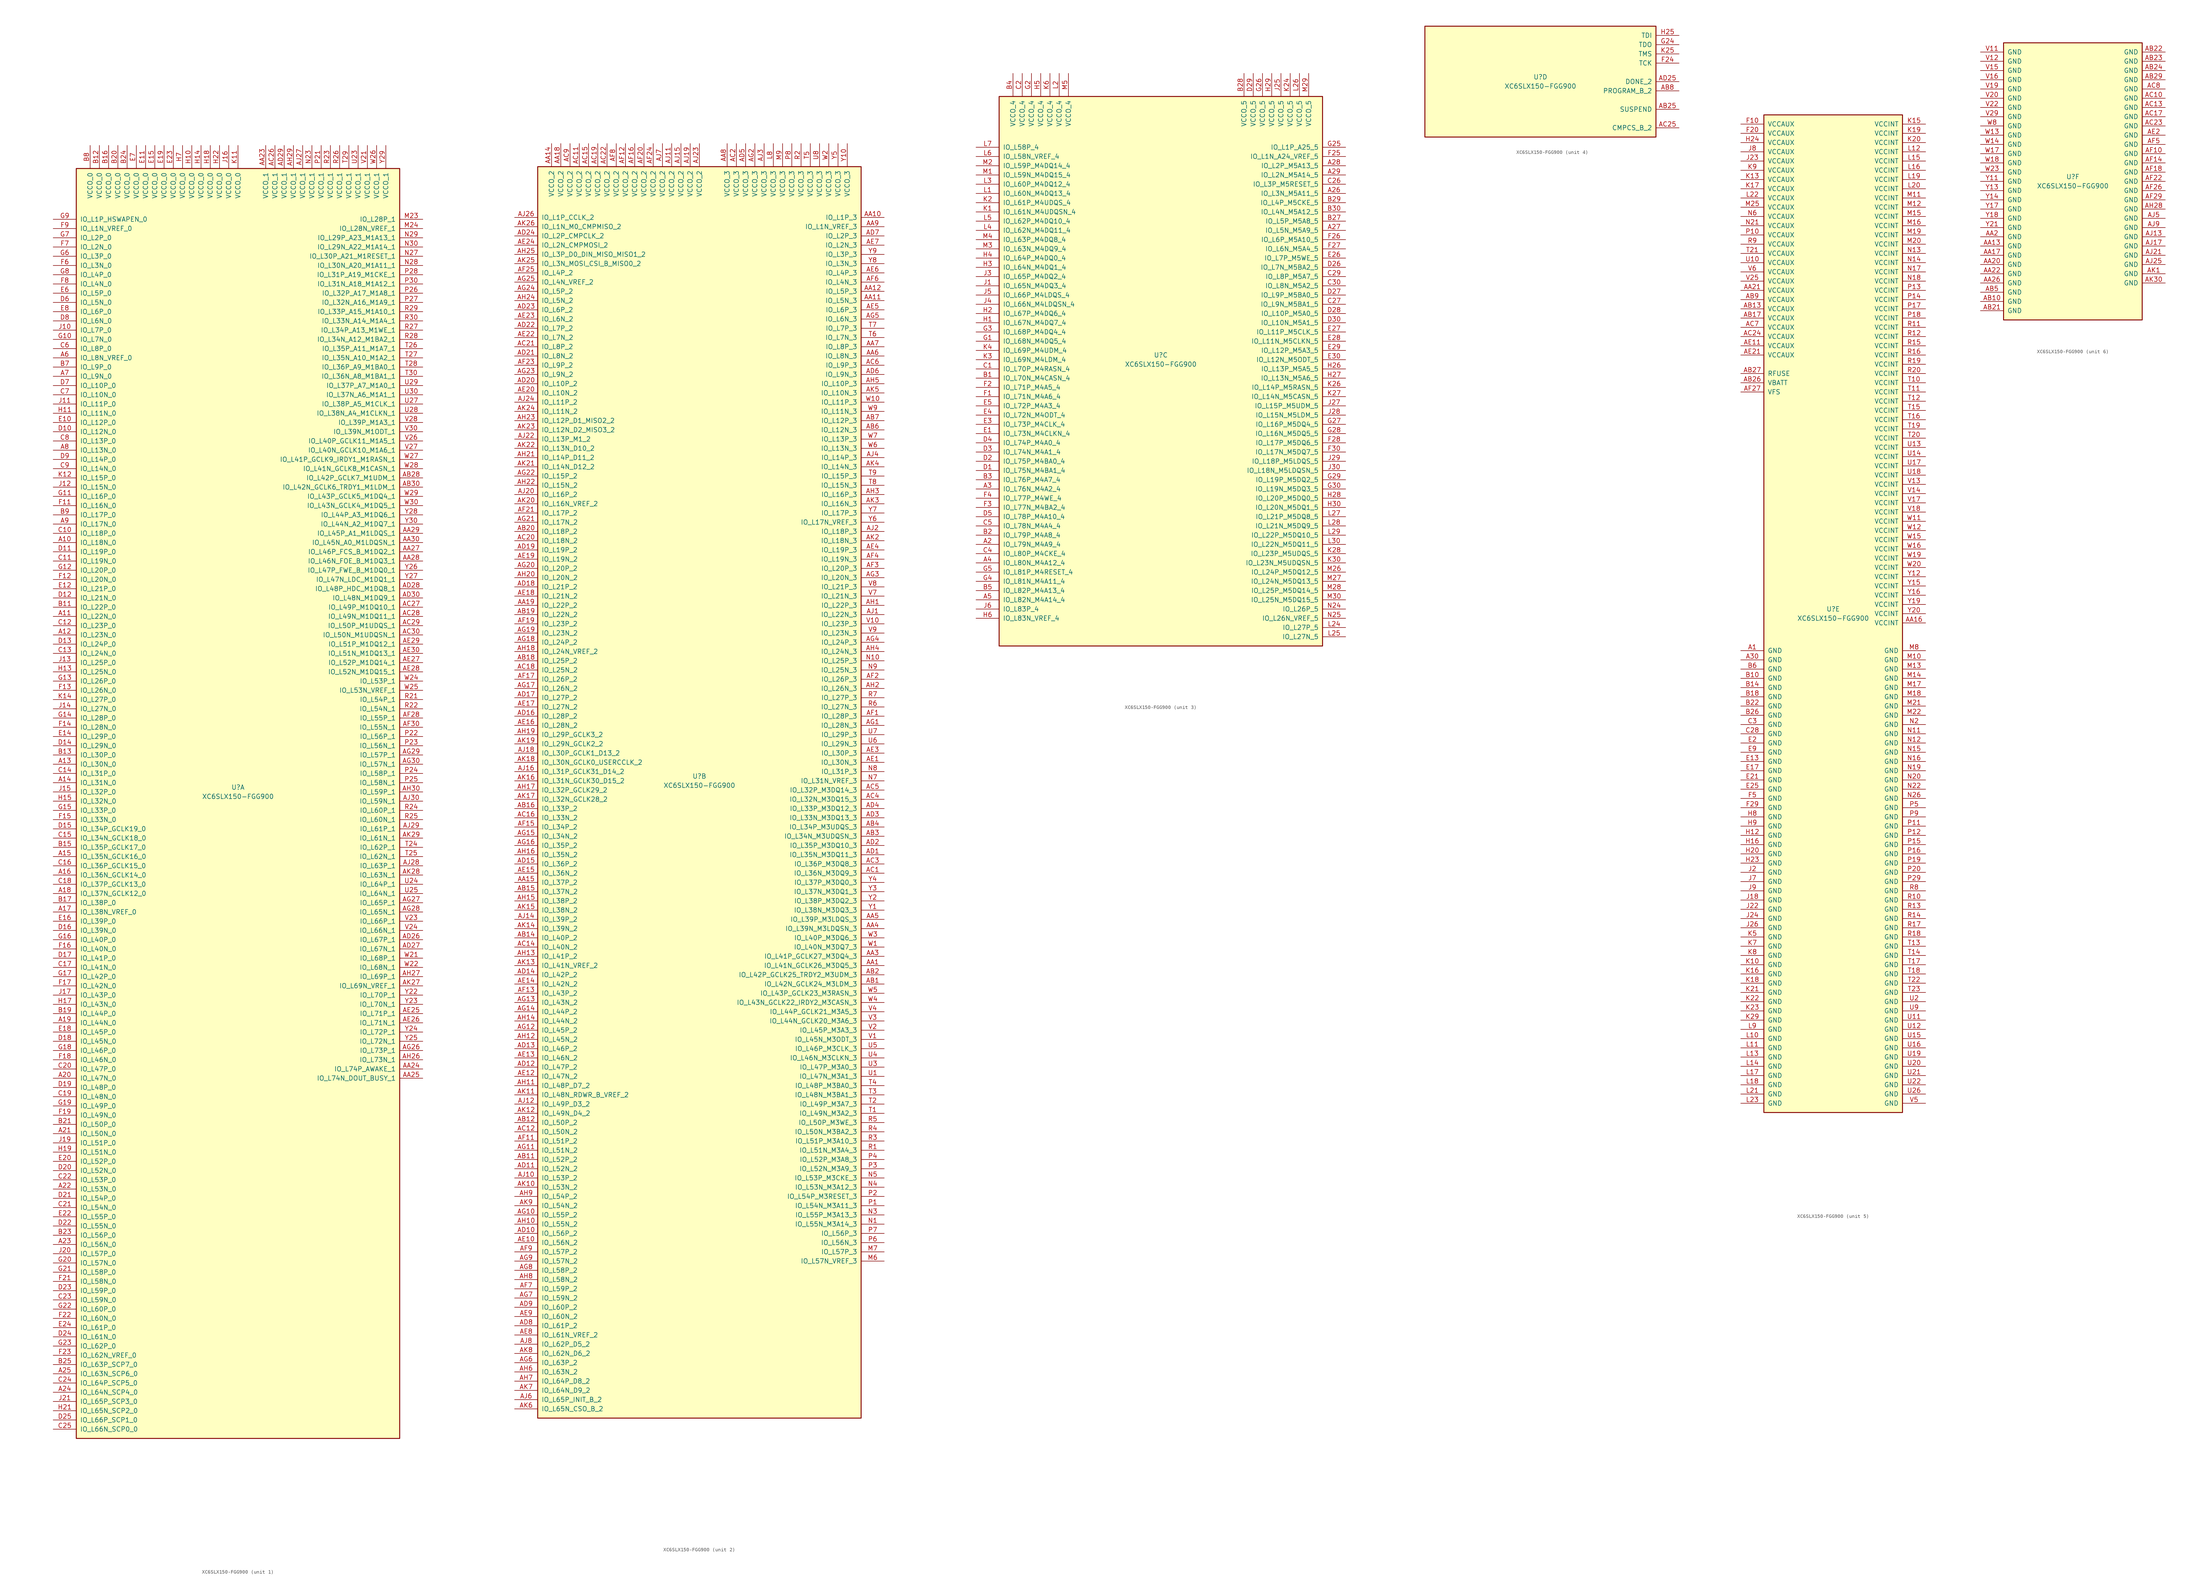
<source format=kicad_sym>
(kicad_symbol_lib
  (version 20201005)
  (generator kicad_symbol_editor)
  (symbol "FPGA_Xilinx_Spartan6:XC6SLX150-FGG900"
    (pin_names
      (offset 1.016))
    (property "Reference" "U"
      (at 0 1.27 0)
      (effects (font (size 1.27 1.27))))
    (property "Value" "XC6SLX150-FGG900"
      (at 0 -1.27 0)
      (effects (font (size 1.27 1.27))))
    (property "Datasheet" ""
      (at 0 0 0)
      (effects (font (size 1.27 1.27))))
    (property "ki_locked" ""
      (at 0 0 0)
      (effects (font (size 1.27 1.27))))
    (symbol "XC6SLX150-FGG900_1_1"
      (rectangle (start -44.45 171.45) (end 44.45 -177.8) (stroke (width 0.254)) (fill (type background)))
      (pin power_in line (at -40.64 177.8 270) (length 6.35) (name "VCCO_0" (effects (font (size 1.27 1.27)))) (number "B8" (effects (font (size 1.27 1.27)))))
      (pin power_in line (at -38.1 177.8 270) (length 6.35) (name "VCCO_0" (effects (font (size 1.27 1.27)))) (number "B12" (effects (font (size 1.27 1.27)))))
      (pin power_in line (at -35.56 177.8 270) (length 6.35) (name "VCCO_0" (effects (font (size 1.27 1.27)))) (number "B16" (effects (font (size 1.27 1.27)))))
      (pin power_in line (at -33.02 177.8 270) (length 6.35) (name "VCCO_0" (effects (font (size 1.27 1.27)))) (number "B20" (effects (font (size 1.27 1.27)))))
      (pin power_in line (at -30.48 177.8 270) (length 6.35) (name "VCCO_0" (effects (font (size 1.27 1.27)))) (number "B24" (effects (font (size 1.27 1.27)))))
      (pin power_in line (at -27.94 177.8 270) (length 6.35) (name "VCCO_0" (effects (font (size 1.27 1.27)))) (number "E7" (effects (font (size 1.27 1.27)))))
      (pin power_in line (at -25.4 177.8 270) (length 6.35) (name "VCCO_0" (effects (font (size 1.27 1.27)))) (number "E11" (effects (font (size 1.27 1.27)))))
      (pin power_in line (at -22.86 177.8 270) (length 6.35) (name "VCCO_0" (effects (font (size 1.27 1.27)))) (number "E15" (effects (font (size 1.27 1.27)))))
      (pin power_in line (at -20.32 177.8 270) (length 6.35) (name "VCCO_0" (effects (font (size 1.27 1.27)))) (number "E19" (effects (font (size 1.27 1.27)))))
      (pin power_in line (at -17.78 177.8 270) (length 6.35) (name "VCCO_0" (effects (font (size 1.27 1.27)))) (number "E23" (effects (font (size 1.27 1.27)))))
      (pin power_in line (at -15.24 177.8 270) (length 6.35) (name "VCCO_0" (effects (font (size 1.27 1.27)))) (number "H7" (effects (font (size 1.27 1.27)))))
      (pin power_in line (at -12.7 177.8 270) (length 6.35) (name "VCCO_0" (effects (font (size 1.27 1.27)))) (number "H10" (effects (font (size 1.27 1.27)))))
      (pin power_in line (at -10.16 177.8 270) (length 6.35) (name "VCCO_0" (effects (font (size 1.27 1.27)))) (number "H14" (effects (font (size 1.27 1.27)))))
      (pin power_in line (at -7.62 177.8 270) (length 6.35) (name "VCCO_0" (effects (font (size 1.27 1.27)))) (number "H18" (effects (font (size 1.27 1.27)))))
      (pin power_in line (at -5.08 177.8 270) (length 6.35) (name "VCCO_0" (effects (font (size 1.27 1.27)))) (number "H22" (effects (font (size 1.27 1.27)))))
      (pin power_in line (at -2.54 177.8 270) (length 6.35) (name "VCCO_0" (effects (font (size 1.27 1.27)))) (number "J16" (effects (font (size 1.27 1.27)))))
      (pin power_in line (at 0 177.8 270) (length 6.35) (name "VCCO_0" (effects (font (size 1.27 1.27)))) (number "K11" (effects (font (size 1.27 1.27)))))
      (pin bidirectional line (at -50.8 157.48 0) (length 6.35) (name "IO_L1P_HSWAPEN_0" (effects (font (size 1.27 1.27)))) (number "G9" (effects (font (size 1.27 1.27)))))
      (pin bidirectional line (at -50.8 154.94 0) (length 6.35) (name "IO_L1N_VREF_0" (effects (font (size 1.27 1.27)))) (number "F9" (effects (font (size 1.27 1.27)))))
      (pin bidirectional line (at -50.8 152.4 0) (length 6.35) (name "IO_L2P_0" (effects (font (size 1.27 1.27)))) (number "G7" (effects (font (size 1.27 1.27)))))
      (pin bidirectional line (at -50.8 149.86 0) (length 6.35) (name "IO_L2N_0" (effects (font (size 1.27 1.27)))) (number "F7" (effects (font (size 1.27 1.27)))))
      (pin bidirectional line (at -50.8 147.32 0) (length 6.35) (name "IO_L3P_0" (effects (font (size 1.27 1.27)))) (number "G6" (effects (font (size 1.27 1.27)))))
      (pin bidirectional line (at -50.8 144.78 0) (length 6.35) (name "IO_L3N_0" (effects (font (size 1.27 1.27)))) (number "F6" (effects (font (size 1.27 1.27)))))
      (pin bidirectional line (at -50.8 142.24 0) (length 6.35) (name "IO_L4P_0" (effects (font (size 1.27 1.27)))) (number "G8" (effects (font (size 1.27 1.27)))))
      (pin bidirectional line (at -50.8 139.7 0) (length 6.35) (name "IO_L4N_0" (effects (font (size 1.27 1.27)))) (number "F8" (effects (font (size 1.27 1.27)))))
      (pin bidirectional line (at -50.8 137.16 0) (length 6.35) (name "IO_L5P_0" (effects (font (size 1.27 1.27)))) (number "E6" (effects (font (size 1.27 1.27)))))
      (pin bidirectional line (at -50.8 134.62 0) (length 6.35) (name "IO_L5N_0" (effects (font (size 1.27 1.27)))) (number "D6" (effects (font (size 1.27 1.27)))))
      (pin bidirectional line (at -50.8 132.08 0) (length 6.35) (name "IO_L6P_0" (effects (font (size 1.27 1.27)))) (number "E8" (effects (font (size 1.27 1.27)))))
      (pin bidirectional line (at -50.8 129.54 0) (length 6.35) (name "IO_L6N_0" (effects (font (size 1.27 1.27)))) (number "D8" (effects (font (size 1.27 1.27)))))
      (pin bidirectional line (at -50.8 127 0) (length 6.35) (name "IO_L7P_0" (effects (font (size 1.27 1.27)))) (number "J10" (effects (font (size 1.27 1.27)))))
      (pin bidirectional line (at -50.8 124.46 0) (length 6.35) (name "IO_L7N_0" (effects (font (size 1.27 1.27)))) (number "G10" (effects (font (size 1.27 1.27)))))
      (pin bidirectional line (at -50.8 121.92 0) (length 6.35) (name "IO_L8P_0" (effects (font (size 1.27 1.27)))) (number "C6" (effects (font (size 1.27 1.27)))))
      (pin bidirectional line (at -50.8 119.38 0) (length 6.35) (name "IO_L8N_VREF_0" (effects (font (size 1.27 1.27)))) (number "A6" (effects (font (size 1.27 1.27)))))
      (pin bidirectional line (at -50.8 116.84 0) (length 6.35) (name "IO_L9P_0" (effects (font (size 1.27 1.27)))) (number "B7" (effects (font (size 1.27 1.27)))))
      (pin bidirectional line (at -50.8 114.3 0) (length 6.35) (name "IO_L9N_0" (effects (font (size 1.27 1.27)))) (number "A7" (effects (font (size 1.27 1.27)))))
      (pin bidirectional line (at -50.8 111.76 0) (length 6.35) (name "IO_L10P_0" (effects (font (size 1.27 1.27)))) (number "D7" (effects (font (size 1.27 1.27)))))
      (pin bidirectional line (at -50.8 109.22 0) (length 6.35) (name "IO_L10N_0" (effects (font (size 1.27 1.27)))) (number "C7" (effects (font (size 1.27 1.27)))))
      (pin bidirectional line (at -50.8 106.68 0) (length 6.35) (name "IO_L11P_0" (effects (font (size 1.27 1.27)))) (number "J11" (effects (font (size 1.27 1.27)))))
      (pin bidirectional line (at -50.8 104.14 0) (length 6.35) (name "IO_L11N_0" (effects (font (size 1.27 1.27)))) (number "H11" (effects (font (size 1.27 1.27)))))
      (pin bidirectional line (at -50.8 101.6 0) (length 6.35) (name "IO_L12P_0" (effects (font (size 1.27 1.27)))) (number "E10" (effects (font (size 1.27 1.27)))))
      (pin bidirectional line (at -50.8 99.06 0) (length 6.35) (name "IO_L12N_0" (effects (font (size 1.27 1.27)))) (number "D10" (effects (font (size 1.27 1.27)))))
      (pin bidirectional line (at -50.8 96.52 0) (length 6.35) (name "IO_L13P_0" (effects (font (size 1.27 1.27)))) (number "C8" (effects (font (size 1.27 1.27)))))
      (pin bidirectional line (at -50.8 93.98 0) (length 6.35) (name "IO_L13N_0" (effects (font (size 1.27 1.27)))) (number "A8" (effects (font (size 1.27 1.27)))))
      (pin bidirectional line (at -50.8 91.44 0) (length 6.35) (name "IO_L14P_0" (effects (font (size 1.27 1.27)))) (number "D9" (effects (font (size 1.27 1.27)))))
      (pin bidirectional line (at -50.8 88.9 0) (length 6.35) (name "IO_L14N_0" (effects (font (size 1.27 1.27)))) (number "C9" (effects (font (size 1.27 1.27)))))
      (pin bidirectional line (at -50.8 86.36 0) (length 6.35) (name "IO_L15P_0" (effects (font (size 1.27 1.27)))) (number "K12" (effects (font (size 1.27 1.27)))))
      (pin bidirectional line (at -50.8 83.82 0) (length 6.35) (name "IO_L15N_0" (effects (font (size 1.27 1.27)))) (number "J12" (effects (font (size 1.27 1.27)))))
      (pin bidirectional line (at -50.8 81.28 0) (length 6.35) (name "IO_L16P_0" (effects (font (size 1.27 1.27)))) (number "G11" (effects (font (size 1.27 1.27)))))
      (pin bidirectional line (at -50.8 78.74 0) (length 6.35) (name "IO_L16N_0" (effects (font (size 1.27 1.27)))) (number "F11" (effects (font (size 1.27 1.27)))))
      (pin bidirectional line (at -50.8 76.2 0) (length 6.35) (name "IO_L17P_0" (effects (font (size 1.27 1.27)))) (number "B9" (effects (font (size 1.27 1.27)))))
      (pin bidirectional line (at -50.8 73.66 0) (length 6.35) (name "IO_L17N_0" (effects (font (size 1.27 1.27)))) (number "A9" (effects (font (size 1.27 1.27)))))
      (pin bidirectional line (at -50.8 71.12 0) (length 6.35) (name "IO_L18P_0" (effects (font (size 1.27 1.27)))) (number "C10" (effects (font (size 1.27 1.27)))))
      (pin bidirectional line (at -50.8 68.58 0) (length 6.35) (name "IO_L18N_0" (effects (font (size 1.27 1.27)))) (number "A10" (effects (font (size 1.27 1.27)))))
      (pin bidirectional line (at -50.8 66.04 0) (length 6.35) (name "IO_L19P_0" (effects (font (size 1.27 1.27)))) (number "D11" (effects (font (size 1.27 1.27)))))
      (pin bidirectional line (at -50.8 63.5 0) (length 6.35) (name "IO_L19N_0" (effects (font (size 1.27 1.27)))) (number "C11" (effects (font (size 1.27 1.27)))))
      (pin bidirectional line (at -50.8 60.96 0) (length 6.35) (name "IO_L20P_0" (effects (font (size 1.27 1.27)))) (number "G12" (effects (font (size 1.27 1.27)))))
      (pin bidirectional line (at -50.8 58.42 0) (length 6.35) (name "IO_L20N_0" (effects (font (size 1.27 1.27)))) (number "F12" (effects (font (size 1.27 1.27)))))
      (pin bidirectional line (at -50.8 55.88 0) (length 6.35) (name "IO_L21P_0" (effects (font (size 1.27 1.27)))) (number "E12" (effects (font (size 1.27 1.27)))))
      (pin bidirectional line (at -50.8 53.34 0) (length 6.35) (name "IO_L21N_0" (effects (font (size 1.27 1.27)))) (number "D12" (effects (font (size 1.27 1.27)))))
      (pin bidirectional line (at -50.8 50.8 0) (length 6.35) (name "IO_L22P_0" (effects (font (size 1.27 1.27)))) (number "B11" (effects (font (size 1.27 1.27)))))
      (pin bidirectional line (at -50.8 48.26 0) (length 6.35) (name "IO_L22N_0" (effects (font (size 1.27 1.27)))) (number "A11" (effects (font (size 1.27 1.27)))))
      (pin bidirectional line (at -50.8 45.72 0) (length 6.35) (name "IO_L23P_0" (effects (font (size 1.27 1.27)))) (number "C12" (effects (font (size 1.27 1.27)))))
      (pin bidirectional line (at -50.8 43.18 0) (length 6.35) (name "IO_L23N_0" (effects (font (size 1.27 1.27)))) (number "A12" (effects (font (size 1.27 1.27)))))
      (pin bidirectional line (at -50.8 40.64 0) (length 6.35) (name "IO_L24P_0" (effects (font (size 1.27 1.27)))) (number "D13" (effects (font (size 1.27 1.27)))))
      (pin bidirectional line (at -50.8 38.1 0) (length 6.35) (name "IO_L24N_0" (effects (font (size 1.27 1.27)))) (number "C13" (effects (font (size 1.27 1.27)))))
      (pin bidirectional line (at -50.8 35.56 0) (length 6.35) (name "IO_L25P_0" (effects (font (size 1.27 1.27)))) (number "J13" (effects (font (size 1.27 1.27)))))
      (pin bidirectional line (at -50.8 33.02 0) (length 6.35) (name "IO_L25N_0" (effects (font (size 1.27 1.27)))) (number "H13" (effects (font (size 1.27 1.27)))))
      (pin bidirectional line (at -50.8 30.48 0) (length 6.35) (name "IO_L26P_0" (effects (font (size 1.27 1.27)))) (number "G13" (effects (font (size 1.27 1.27)))))
      (pin bidirectional line (at -50.8 27.94 0) (length 6.35) (name "IO_L26N_0" (effects (font (size 1.27 1.27)))) (number "F13" (effects (font (size 1.27 1.27)))))
      (pin bidirectional line (at -50.8 25.4 0) (length 6.35) (name "IO_L27P_0" (effects (font (size 1.27 1.27)))) (number "K14" (effects (font (size 1.27 1.27)))))
      (pin bidirectional line (at -50.8 22.86 0) (length 6.35) (name "IO_L27N_0" (effects (font (size 1.27 1.27)))) (number "J14" (effects (font (size 1.27 1.27)))))
      (pin bidirectional line (at -50.8 20.32 0) (length 6.35) (name "IO_L28P_0" (effects (font (size 1.27 1.27)))) (number "G14" (effects (font (size 1.27 1.27)))))
      (pin bidirectional line (at -50.8 17.78 0) (length 6.35) (name "IO_L28N_0" (effects (font (size 1.27 1.27)))) (number "F14" (effects (font (size 1.27 1.27)))))
      (pin bidirectional line (at -50.8 15.24 0) (length 6.35) (name "IO_L29P_0" (effects (font (size 1.27 1.27)))) (number "E14" (effects (font (size 1.27 1.27)))))
      (pin bidirectional line (at -50.8 12.7 0) (length 6.35) (name "IO_L29N_0" (effects (font (size 1.27 1.27)))) (number "D14" (effects (font (size 1.27 1.27)))))
      (pin bidirectional line (at -50.8 10.16 0) (length 6.35) (name "IO_L30P_0" (effects (font (size 1.27 1.27)))) (number "B13" (effects (font (size 1.27 1.27)))))
      (pin bidirectional line (at -50.8 7.62 0) (length 6.35) (name "IO_L30N_0" (effects (font (size 1.27 1.27)))) (number "A13" (effects (font (size 1.27 1.27)))))
      (pin bidirectional line (at -50.8 5.08 0) (length 6.35) (name "IO_L31P_0" (effects (font (size 1.27 1.27)))) (number "C14" (effects (font (size 1.27 1.27)))))
      (pin bidirectional line (at -50.8 2.54 0) (length 6.35) (name "IO_L31N_0" (effects (font (size 1.27 1.27)))) (number "A14" (effects (font (size 1.27 1.27)))))
      (pin bidirectional line (at -50.8 0 0) (length 6.35) (name "IO_L32P_0" (effects (font (size 1.27 1.27)))) (number "J15" (effects (font (size 1.27 1.27)))))
      (pin bidirectional line (at -50.8 -2.54 0) (length 6.35) (name "IO_L32N_0" (effects (font (size 1.27 1.27)))) (number "H15" (effects (font (size 1.27 1.27)))))
      (pin bidirectional line (at -50.8 -5.08 0) (length 6.35) (name "IO_L33P_0" (effects (font (size 1.27 1.27)))) (number "G15" (effects (font (size 1.27 1.27)))))
      (pin bidirectional line (at -50.8 -7.62 0) (length 6.35) (name "IO_L33N_0" (effects (font (size 1.27 1.27)))) (number "F15" (effects (font (size 1.27 1.27)))))
      (pin bidirectional line (at -50.8 -10.16 0) (length 6.35) (name "IO_L34P_GCLK19_0" (effects (font (size 1.27 1.27)))) (number "D15" (effects (font (size 1.27 1.27)))))
      (pin bidirectional line (at -50.8 -12.7 0) (length 6.35) (name "IO_L34N_GCLK18_0" (effects (font (size 1.27 1.27)))) (number "C15" (effects (font (size 1.27 1.27)))))
      (pin bidirectional line (at -50.8 -15.24 0) (length 6.35) (name "IO_L35P_GCLK17_0" (effects (font (size 1.27 1.27)))) (number "B15" (effects (font (size 1.27 1.27)))))
      (pin bidirectional line (at -50.8 -17.78 0) (length 6.35) (name "IO_L35N_GCLK16_0" (effects (font (size 1.27 1.27)))) (number "A15" (effects (font (size 1.27 1.27)))))
      (pin bidirectional line (at -50.8 -20.32 0) (length 6.35) (name "IO_L36P_GCLK15_0" (effects (font (size 1.27 1.27)))) (number "C16" (effects (font (size 1.27 1.27)))))
      (pin bidirectional line (at -50.8 -22.86 0) (length 6.35) (name "IO_L36N_GCLK14_0" (effects (font (size 1.27 1.27)))) (number "A16" (effects (font (size 1.27 1.27)))))
      (pin bidirectional line (at -50.8 -25.4 0) (length 6.35) (name "IO_L37P_GCLK13_0" (effects (font (size 1.27 1.27)))) (number "C18" (effects (font (size 1.27 1.27)))))
      (pin bidirectional line (at -50.8 -27.94 0) (length 6.35) (name "IO_L37N_GCLK12_0" (effects (font (size 1.27 1.27)))) (number "A18" (effects (font (size 1.27 1.27)))))
      (pin bidirectional line (at -50.8 -30.48 0) (length 6.35) (name "IO_L38P_0" (effects (font (size 1.27 1.27)))) (number "B17" (effects (font (size 1.27 1.27)))))
      (pin bidirectional line (at -50.8 -33.02 0) (length 6.35) (name "IO_L38N_VREF_0" (effects (font (size 1.27 1.27)))) (number "A17" (effects (font (size 1.27 1.27)))))
      (pin bidirectional line (at -50.8 -35.56 0) (length 6.35) (name "IO_L39P_0" (effects (font (size 1.27 1.27)))) (number "E16" (effects (font (size 1.27 1.27)))))
      (pin bidirectional line (at -50.8 -38.1 0) (length 6.35) (name "IO_L39N_0" (effects (font (size 1.27 1.27)))) (number "D16" (effects (font (size 1.27 1.27)))))
      (pin bidirectional line (at -50.8 -40.64 0) (length 6.35) (name "IO_L40P_0" (effects (font (size 1.27 1.27)))) (number "G16" (effects (font (size 1.27 1.27)))))
      (pin bidirectional line (at -50.8 -43.18 0) (length 6.35) (name "IO_L40N_0" (effects (font (size 1.27 1.27)))) (number "F16" (effects (font (size 1.27 1.27)))))
      (pin bidirectional line (at -50.8 -45.72 0) (length 6.35) (name "IO_L41P_0" (effects (font (size 1.27 1.27)))) (number "D17" (effects (font (size 1.27 1.27)))))
      (pin bidirectional line (at -50.8 -48.26 0) (length 6.35) (name "IO_L41N_0" (effects (font (size 1.27 1.27)))) (number "C17" (effects (font (size 1.27 1.27)))))
      (pin bidirectional line (at -50.8 -50.8 0) (length 6.35) (name "IO_L42P_0" (effects (font (size 1.27 1.27)))) (number "G17" (effects (font (size 1.27 1.27)))))
      (pin bidirectional line (at -50.8 -53.34 0) (length 6.35) (name "IO_L42N_0" (effects (font (size 1.27 1.27)))) (number "F17" (effects (font (size 1.27 1.27)))))
      (pin bidirectional line (at -50.8 -55.88 0) (length 6.35) (name "IO_L43P_0" (effects (font (size 1.27 1.27)))) (number "J17" (effects (font (size 1.27 1.27)))))
      (pin bidirectional line (at -50.8 -58.42 0) (length 6.35) (name "IO_L43N_0" (effects (font (size 1.27 1.27)))) (number "H17" (effects (font (size 1.27 1.27)))))
      (pin bidirectional line (at -50.8 -60.96 0) (length 6.35) (name "IO_L44P_0" (effects (font (size 1.27 1.27)))) (number "B19" (effects (font (size 1.27 1.27)))))
      (pin bidirectional line (at -50.8 -63.5 0) (length 6.35) (name "IO_L44N_0" (effects (font (size 1.27 1.27)))) (number "A19" (effects (font (size 1.27 1.27)))))
      (pin bidirectional line (at -50.8 -66.04 0) (length 6.35) (name "IO_L45P_0" (effects (font (size 1.27 1.27)))) (number "E18" (effects (font (size 1.27 1.27)))))
      (pin bidirectional line (at -50.8 -68.58 0) (length 6.35) (name "IO_L45N_0" (effects (font (size 1.27 1.27)))) (number "D18" (effects (font (size 1.27 1.27)))))
      (pin bidirectional line (at -50.8 -71.12 0) (length 6.35) (name "IO_L46P_0" (effects (font (size 1.27 1.27)))) (number "G18" (effects (font (size 1.27 1.27)))))
      (pin bidirectional line (at -50.8 -73.66 0) (length 6.35) (name "IO_L46N_0" (effects (font (size 1.27 1.27)))) (number "F18" (effects (font (size 1.27 1.27)))))
      (pin bidirectional line (at -50.8 -76.2 0) (length 6.35) (name "IO_L47P_0" (effects (font (size 1.27 1.27)))) (number "C20" (effects (font (size 1.27 1.27)))))
      (pin bidirectional line (at -50.8 -78.74 0) (length 6.35) (name "IO_L47N_0" (effects (font (size 1.27 1.27)))) (number "A20" (effects (font (size 1.27 1.27)))))
      (pin bidirectional line (at -50.8 -81.28 0) (length 6.35) (name "IO_L48P_0" (effects (font (size 1.27 1.27)))) (number "D19" (effects (font (size 1.27 1.27)))))
      (pin bidirectional line (at -50.8 -83.82 0) (length 6.35) (name "IO_L48N_0" (effects (font (size 1.27 1.27)))) (number "C19" (effects (font (size 1.27 1.27)))))
      (pin bidirectional line (at -50.8 -86.36 0) (length 6.35) (name "IO_L49P_0" (effects (font (size 1.27 1.27)))) (number "G19" (effects (font (size 1.27 1.27)))))
      (pin bidirectional line (at -50.8 -88.9 0) (length 6.35) (name "IO_L49N_0" (effects (font (size 1.27 1.27)))) (number "F19" (effects (font (size 1.27 1.27)))))
      (pin bidirectional line (at -50.8 -91.44 0) (length 6.35) (name "IO_L50P_0" (effects (font (size 1.27 1.27)))) (number "B21" (effects (font (size 1.27 1.27)))))
      (pin bidirectional line (at -50.8 -93.98 0) (length 6.35) (name "IO_L50N_0" (effects (font (size 1.27 1.27)))) (number "A21" (effects (font (size 1.27 1.27)))))
      (pin bidirectional line (at -50.8 -96.52 0) (length 6.35) (name "IO_L51P_0" (effects (font (size 1.27 1.27)))) (number "J19" (effects (font (size 1.27 1.27)))))
      (pin bidirectional line (at -50.8 -99.06 0) (length 6.35) (name "IO_L51N_0" (effects (font (size 1.27 1.27)))) (number "H19" (effects (font (size 1.27 1.27)))))
      (pin bidirectional line (at -50.8 -101.6 0) (length 6.35) (name "IO_L52P_0" (effects (font (size 1.27 1.27)))) (number "E20" (effects (font (size 1.27 1.27)))))
      (pin bidirectional line (at -50.8 -104.14 0) (length 6.35) (name "IO_L52N_0" (effects (font (size 1.27 1.27)))) (number "D20" (effects (font (size 1.27 1.27)))))
      (pin bidirectional line (at -50.8 -106.68 0) (length 6.35) (name "IO_L53P_0" (effects (font (size 1.27 1.27)))) (number "C22" (effects (font (size 1.27 1.27)))))
      (pin bidirectional line (at -50.8 -109.22 0) (length 6.35) (name "IO_L53N_0" (effects (font (size 1.27 1.27)))) (number "A22" (effects (font (size 1.27 1.27)))))
      (pin bidirectional line (at -50.8 -111.76 0) (length 6.35) (name "IO_L54P_0" (effects (font (size 1.27 1.27)))) (number "D21" (effects (font (size 1.27 1.27)))))
      (pin bidirectional line (at -50.8 -114.3 0) (length 6.35) (name "IO_L54N_0" (effects (font (size 1.27 1.27)))) (number "C21" (effects (font (size 1.27 1.27)))))
      (pin bidirectional line (at -50.8 -116.84 0) (length 6.35) (name "IO_L55P_0" (effects (font (size 1.27 1.27)))) (number "E22" (effects (font (size 1.27 1.27)))))
      (pin bidirectional line (at -50.8 -119.38 0) (length 6.35) (name "IO_L55N_0" (effects (font (size 1.27 1.27)))) (number "D22" (effects (font (size 1.27 1.27)))))
      (pin bidirectional line (at -50.8 -121.92 0) (length 6.35) (name "IO_L56P_0" (effects (font (size 1.27 1.27)))) (number "B23" (effects (font (size 1.27 1.27)))))
      (pin bidirectional line (at -50.8 -124.46 0) (length 6.35) (name "IO_L56N_0" (effects (font (size 1.27 1.27)))) (number "A23" (effects (font (size 1.27 1.27)))))
      (pin bidirectional line (at -50.8 -127 0) (length 6.35) (name "IO_L57P_0" (effects (font (size 1.27 1.27)))) (number "J20" (effects (font (size 1.27 1.27)))))
      (pin bidirectional line (at -50.8 -129.54 0) (length 6.35) (name "IO_L57N_0" (effects (font (size 1.27 1.27)))) (number "G20" (effects (font (size 1.27 1.27)))))
      (pin bidirectional line (at -50.8 -132.08 0) (length 6.35) (name "IO_L58P_0" (effects (font (size 1.27 1.27)))) (number "G21" (effects (font (size 1.27 1.27)))))
      (pin bidirectional line (at -50.8 -134.62 0) (length 6.35) (name "IO_L58N_0" (effects (font (size 1.27 1.27)))) (number "F21" (effects (font (size 1.27 1.27)))))
      (pin bidirectional line (at -50.8 -137.16 0) (length 6.35) (name "IO_L59P_0" (effects (font (size 1.27 1.27)))) (number "D23" (effects (font (size 1.27 1.27)))))
      (pin bidirectional line (at -50.8 -139.7 0) (length 6.35) (name "IO_L59N_0" (effects (font (size 1.27 1.27)))) (number "C23" (effects (font (size 1.27 1.27)))))
      (pin bidirectional line (at -50.8 -142.24 0) (length 6.35) (name "IO_L60P_0" (effects (font (size 1.27 1.27)))) (number "G22" (effects (font (size 1.27 1.27)))))
      (pin bidirectional line (at -50.8 -144.78 0) (length 6.35) (name "IO_L60N_0" (effects (font (size 1.27 1.27)))) (number "F22" (effects (font (size 1.27 1.27)))))
      (pin bidirectional line (at -50.8 -147.32 0) (length 6.35) (name "IO_L61P_0" (effects (font (size 1.27 1.27)))) (number "E24" (effects (font (size 1.27 1.27)))))
      (pin bidirectional line (at -50.8 -149.86 0) (length 6.35) (name "IO_L61N_0" (effects (font (size 1.27 1.27)))) (number "D24" (effects (font (size 1.27 1.27)))))
      (pin bidirectional line (at -50.8 -152.4 0) (length 6.35) (name "IO_L62P_0" (effects (font (size 1.27 1.27)))) (number "G23" (effects (font (size 1.27 1.27)))))
      (pin bidirectional line (at -50.8 -154.94 0) (length 6.35) (name "IO_L62N_VREF_0" (effects (font (size 1.27 1.27)))) (number "F23" (effects (font (size 1.27 1.27)))))
      (pin bidirectional line (at -50.8 -157.48 0) (length 6.35) (name "IO_L63P_SCP7_0" (effects (font (size 1.27 1.27)))) (number "B25" (effects (font (size 1.27 1.27)))))
      (pin bidirectional line (at -50.8 -160.02 0) (length 6.35) (name "IO_L63N_SCP6_0" (effects (font (size 1.27 1.27)))) (number "A25" (effects (font (size 1.27 1.27)))))
      (pin bidirectional line (at -50.8 -162.56 0) (length 6.35) (name "IO_L64P_SCP5_0" (effects (font (size 1.27 1.27)))) (number "C24" (effects (font (size 1.27 1.27)))))
      (pin bidirectional line (at -50.8 -165.1 0) (length 6.35) (name "IO_L64N_SCP4_0" (effects (font (size 1.27 1.27)))) (number "A24" (effects (font (size 1.27 1.27)))))
      (pin bidirectional line (at -50.8 -167.64 0) (length 6.35) (name "IO_L65P_SCP3_0" (effects (font (size 1.27 1.27)))) (number "J21" (effects (font (size 1.27 1.27)))))
      (pin bidirectional line (at -50.8 -170.18 0) (length 6.35) (name "IO_L65N_SCP2_0" (effects (font (size 1.27 1.27)))) (number "H21" (effects (font (size 1.27 1.27)))))
      (pin bidirectional line (at -50.8 -172.72 0) (length 6.35) (name "IO_L66P_SCP1_0" (effects (font (size 1.27 1.27)))) (number "D25" (effects (font (size 1.27 1.27)))))
      (pin bidirectional line (at -50.8 -175.26 0) (length 6.35) (name "IO_L66N_SCP0_0" (effects (font (size 1.27 1.27)))) (number "C25" (effects (font (size 1.27 1.27)))))
      (pin power_in line (at 7.62 177.8 270) (length 6.35) (name "VCCO_1" (effects (font (size 1.27 1.27)))) (number "AA23" (effects (font (size 1.27 1.27)))))
      (pin power_in line (at 10.16 177.8 270) (length 6.35) (name "VCCO_1" (effects (font (size 1.27 1.27)))) (number "AC26" (effects (font (size 1.27 1.27)))))
      (pin power_in line (at 12.7 177.8 270) (length 6.35) (name "VCCO_1" (effects (font (size 1.27 1.27)))) (number "AD29" (effects (font (size 1.27 1.27)))))
      (pin power_in line (at 15.24 177.8 270) (length 6.35) (name "VCCO_1" (effects (font (size 1.27 1.27)))) (number "AH29" (effects (font (size 1.27 1.27)))))
      (pin power_in line (at 17.78 177.8 270) (length 6.35) (name "VCCO_1" (effects (font (size 1.27 1.27)))) (number "AJ27" (effects (font (size 1.27 1.27)))))
      (pin power_in line (at 20.32 177.8 270) (length 6.35) (name "VCCO_1" (effects (font (size 1.27 1.27)))) (number "N23" (effects (font (size 1.27 1.27)))))
      (pin power_in line (at 22.86 177.8 270) (length 6.35) (name "VCCO_1" (effects (font (size 1.27 1.27)))) (number "P21" (effects (font (size 1.27 1.27)))))
      (pin power_in line (at 25.4 177.8 270) (length 6.35) (name "VCCO_1" (effects (font (size 1.27 1.27)))) (number "R23" (effects (font (size 1.27 1.27)))))
      (pin power_in line (at 27.94 177.8 270) (length 6.35) (name "VCCO_1" (effects (font (size 1.27 1.27)))) (number "R26" (effects (font (size 1.27 1.27)))))
      (pin power_in line (at 30.48 177.8 270) (length 6.35) (name "VCCO_1" (effects (font (size 1.27 1.27)))) (number "T29" (effects (font (size 1.27 1.27)))))
      (pin power_in line (at 33.02 177.8 270) (length 6.35) (name "VCCO_1" (effects (font (size 1.27 1.27)))) (number "U23" (effects (font (size 1.27 1.27)))))
      (pin power_in line (at 35.56 177.8 270) (length 6.35) (name "VCCO_1" (effects (font (size 1.27 1.27)))) (number "V21" (effects (font (size 1.27 1.27)))))
      (pin power_in line (at 38.1 177.8 270) (length 6.35) (name "VCCO_1" (effects (font (size 1.27 1.27)))) (number "W26" (effects (font (size 1.27 1.27)))))
      (pin power_in line (at 40.64 177.8 270) (length 6.35) (name "VCCO_1" (effects (font (size 1.27 1.27)))) (number "Y29" (effects (font (size 1.27 1.27)))))
      (pin bidirectional line (at 50.8 157.48 180) (length 6.35) (name "IO_L28P_1" (effects (font (size 1.27 1.27)))) (number "M23" (effects (font (size 1.27 1.27)))))
      (pin bidirectional line (at 50.8 154.94 180) (length 6.35) (name "IO_L28N_VREF_1" (effects (font (size 1.27 1.27)))) (number "M24" (effects (font (size 1.27 1.27)))))
      (pin bidirectional line (at 50.8 152.4 180) (length 6.35) (name "IO_L29P_A23_M1A13_1" (effects (font (size 1.27 1.27)))) (number "N29" (effects (font (size 1.27 1.27)))))
      (pin bidirectional line (at 50.8 149.86 180) (length 6.35) (name "IO_L29N_A22_M1A14_1" (effects (font (size 1.27 1.27)))) (number "N30" (effects (font (size 1.27 1.27)))))
      (pin bidirectional line (at 50.8 147.32 180) (length 6.35) (name "IO_L30P_A21_M1RESET_1" (effects (font (size 1.27 1.27)))) (number "N27" (effects (font (size 1.27 1.27)))))
      (pin bidirectional line (at 50.8 144.78 180) (length 6.35) (name "IO_L30N_A20_M1A11_1" (effects (font (size 1.27 1.27)))) (number "N28" (effects (font (size 1.27 1.27)))))
      (pin bidirectional line (at 50.8 142.24 180) (length 6.35) (name "IO_L31P_A19_M1CKE_1" (effects (font (size 1.27 1.27)))) (number "P28" (effects (font (size 1.27 1.27)))))
      (pin bidirectional line (at 50.8 139.7 180) (length 6.35) (name "IO_L31N_A18_M1A12_1" (effects (font (size 1.27 1.27)))) (number "P30" (effects (font (size 1.27 1.27)))))
      (pin bidirectional line (at 50.8 137.16 180) (length 6.35) (name "IO_L32P_A17_M1A8_1" (effects (font (size 1.27 1.27)))) (number "P26" (effects (font (size 1.27 1.27)))))
      (pin bidirectional line (at 50.8 134.62 180) (length 6.35) (name "IO_L32N_A16_M1A9_1" (effects (font (size 1.27 1.27)))) (number "P27" (effects (font (size 1.27 1.27)))))
      (pin bidirectional line (at 50.8 132.08 180) (length 6.35) (name "IO_L33P_A15_M1A10_1" (effects (font (size 1.27 1.27)))) (number "R29" (effects (font (size 1.27 1.27)))))
      (pin bidirectional line (at 50.8 129.54 180) (length 6.35) (name "IO_L33N_A14_M1A4_1" (effects (font (size 1.27 1.27)))) (number "R30" (effects (font (size 1.27 1.27)))))
      (pin bidirectional line (at 50.8 127 180) (length 6.35) (name "IO_L34P_A13_M1WE_1" (effects (font (size 1.27 1.27)))) (number "R27" (effects (font (size 1.27 1.27)))))
      (pin bidirectional line (at 50.8 124.46 180) (length 6.35) (name "IO_L34N_A12_M1BA2_1" (effects (font (size 1.27 1.27)))) (number "R28" (effects (font (size 1.27 1.27)))))
      (pin bidirectional line (at 50.8 121.92 180) (length 6.35) (name "IO_L35P_A11_M1A7_1" (effects (font (size 1.27 1.27)))) (number "T26" (effects (font (size 1.27 1.27)))))
      (pin bidirectional line (at 50.8 119.38 180) (length 6.35) (name "IO_L35N_A10_M1A2_1" (effects (font (size 1.27 1.27)))) (number "T27" (effects (font (size 1.27 1.27)))))
      (pin bidirectional line (at 50.8 116.84 180) (length 6.35) (name "IO_L36P_A9_M1BA0_1" (effects (font (size 1.27 1.27)))) (number "T28" (effects (font (size 1.27 1.27)))))
      (pin bidirectional line (at 50.8 114.3 180) (length 6.35) (name "IO_L36N_A8_M1BA1_1" (effects (font (size 1.27 1.27)))) (number "T30" (effects (font (size 1.27 1.27)))))
      (pin bidirectional line (at 50.8 111.76 180) (length 6.35) (name "IO_L37P_A7_M1A0_1" (effects (font (size 1.27 1.27)))) (number "U29" (effects (font (size 1.27 1.27)))))
      (pin bidirectional line (at 50.8 109.22 180) (length 6.35) (name "IO_L37N_A6_M1A1_1" (effects (font (size 1.27 1.27)))) (number "U30" (effects (font (size 1.27 1.27)))))
      (pin bidirectional line (at 50.8 106.68 180) (length 6.35) (name "IO_L38P_A5_M1CLK_1" (effects (font (size 1.27 1.27)))) (number "U27" (effects (font (size 1.27 1.27)))))
      (pin bidirectional line (at 50.8 104.14 180) (length 6.35) (name "IO_L38N_A4_M1CLKN_1" (effects (font (size 1.27 1.27)))) (number "U28" (effects (font (size 1.27 1.27)))))
      (pin bidirectional line (at 50.8 101.6 180) (length 6.35) (name "IO_L39P_M1A3_1" (effects (font (size 1.27 1.27)))) (number "V28" (effects (font (size 1.27 1.27)))))
      (pin bidirectional line (at 50.8 99.06 180) (length 6.35) (name "IO_L39N_M1ODT_1" (effects (font (size 1.27 1.27)))) (number "V30" (effects (font (size 1.27 1.27)))))
      (pin bidirectional line (at 50.8 96.52 180) (length 6.35) (name "IO_L40P_GCLK11_M1A5_1" (effects (font (size 1.27 1.27)))) (number "V26" (effects (font (size 1.27 1.27)))))
      (pin bidirectional line (at 50.8 93.98 180) (length 6.35) (name "IO_L40N_GCLK10_M1A6_1" (effects (font (size 1.27 1.27)))) (number "V27" (effects (font (size 1.27 1.27)))))
      (pin bidirectional line (at 50.8 91.44 180) (length 6.35) (name "IO_L41P_GCLK9_IRDY1_M1RASN_1" (effects (font (size 1.27 1.27)))) (number "W27" (effects (font (size 1.27 1.27)))))
      (pin bidirectional line (at 50.8 88.9 180) (length 6.35) (name "IO_L41N_GCLK8_M1CASN_1" (effects (font (size 1.27 1.27)))) (number "W28" (effects (font (size 1.27 1.27)))))
      (pin bidirectional line (at 50.8 86.36 180) (length 6.35) (name "IO_L42P_GCLK7_M1UDM_1" (effects (font (size 1.27 1.27)))) (number "AB28" (effects (font (size 1.27 1.27)))))
      (pin bidirectional line (at 50.8 83.82 180) (length 6.35) (name "IO_L42N_GCLK6_TRDY1_M1LDM_1" (effects (font (size 1.27 1.27)))) (number "AB30" (effects (font (size 1.27 1.27)))))
      (pin bidirectional line (at 50.8 81.28 180) (length 6.35) (name "IO_L43P_GCLK5_M1DQ4_1" (effects (font (size 1.27 1.27)))) (number "W29" (effects (font (size 1.27 1.27)))))
      (pin bidirectional line (at 50.8 78.74 180) (length 6.35) (name "IO_L43N_GCLK4_M1DQ5_1" (effects (font (size 1.27 1.27)))) (number "W30" (effects (font (size 1.27 1.27)))))
      (pin bidirectional line (at 50.8 76.2 180) (length 6.35) (name "IO_L44P_A3_M1DQ6_1" (effects (font (size 1.27 1.27)))) (number "Y28" (effects (font (size 1.27 1.27)))))
      (pin bidirectional line (at 50.8 73.66 180) (length 6.35) (name "IO_L44N_A2_M1DQ7_1" (effects (font (size 1.27 1.27)))) (number "Y30" (effects (font (size 1.27 1.27)))))
      (pin bidirectional line (at 50.8 71.12 180) (length 6.35) (name "IO_L45P_A1_M1LDQS_1" (effects (font (size 1.27 1.27)))) (number "AA29" (effects (font (size 1.27 1.27)))))
      (pin bidirectional line (at 50.8 68.58 180) (length 6.35) (name "IO_L45N_A0_M1LDQSN_1" (effects (font (size 1.27 1.27)))) (number "AA30" (effects (font (size 1.27 1.27)))))
      (pin bidirectional line (at 50.8 66.04 180) (length 6.35) (name "IO_L46P_FCS_B_M1DQ2_1" (effects (font (size 1.27 1.27)))) (number "AA27" (effects (font (size 1.27 1.27)))))
      (pin bidirectional line (at 50.8 63.5 180) (length 6.35) (name "IO_L46N_FOE_B_M1DQ3_1" (effects (font (size 1.27 1.27)))) (number "AA28" (effects (font (size 1.27 1.27)))))
      (pin bidirectional line (at 50.8 60.96 180) (length 6.35) (name "IO_L47P_FWE_B_M1DQ0_1" (effects (font (size 1.27 1.27)))) (number "Y26" (effects (font (size 1.27 1.27)))))
      (pin bidirectional line (at 50.8 58.42 180) (length 6.35) (name "IO_L47N_LDC_M1DQ1_1" (effects (font (size 1.27 1.27)))) (number "Y27" (effects (font (size 1.27 1.27)))))
      (pin bidirectional line (at 50.8 55.88 180) (length 6.35) (name "IO_L48P_HDC_M1DQ8_1" (effects (font (size 1.27 1.27)))) (number "AD28" (effects (font (size 1.27 1.27)))))
      (pin bidirectional line (at 50.8 53.34 180) (length 6.35) (name "IO_L48N_M1DQ9_1" (effects (font (size 1.27 1.27)))) (number "AD30" (effects (font (size 1.27 1.27)))))
      (pin bidirectional line (at 50.8 50.8 180) (length 6.35) (name "IO_L49P_M1DQ10_1" (effects (font (size 1.27 1.27)))) (number "AC27" (effects (font (size 1.27 1.27)))))
      (pin bidirectional line (at 50.8 48.26 180) (length 6.35) (name "IO_L49N_M1DQ11_1" (effects (font (size 1.27 1.27)))) (number "AC28" (effects (font (size 1.27 1.27)))))
      (pin bidirectional line (at 50.8 45.72 180) (length 6.35) (name "IO_L50P_M1UDQS_1" (effects (font (size 1.27 1.27)))) (number "AC29" (effects (font (size 1.27 1.27)))))
      (pin bidirectional line (at 50.8 43.18 180) (length 6.35) (name "IO_L50N_M1UDQSN_1" (effects (font (size 1.27 1.27)))) (number "AC30" (effects (font (size 1.27 1.27)))))
      (pin bidirectional line (at 50.8 40.64 180) (length 6.35) (name "IO_L51P_M1DQ12_1" (effects (font (size 1.27 1.27)))) (number "AE29" (effects (font (size 1.27 1.27)))))
      (pin bidirectional line (at 50.8 38.1 180) (length 6.35) (name "IO_L51N_M1DQ13_1" (effects (font (size 1.27 1.27)))) (number "AE30" (effects (font (size 1.27 1.27)))))
      (pin bidirectional line (at 50.8 35.56 180) (length 6.35) (name "IO_L52P_M1DQ14_1" (effects (font (size 1.27 1.27)))) (number "AE27" (effects (font (size 1.27 1.27)))))
      (pin bidirectional line (at 50.8 33.02 180) (length 6.35) (name "IO_L52N_M1DQ15_1" (effects (font (size 1.27 1.27)))) (number "AE28" (effects (font (size 1.27 1.27)))))
      (pin bidirectional line (at 50.8 30.48 180) (length 6.35) (name "IO_L53P_1" (effects (font (size 1.27 1.27)))) (number "W24" (effects (font (size 1.27 1.27)))))
      (pin bidirectional line (at 50.8 27.94 180) (length 6.35) (name "IO_L53N_VREF_1" (effects (font (size 1.27 1.27)))) (number "W25" (effects (font (size 1.27 1.27)))))
      (pin bidirectional line (at 50.8 25.4 180) (length 6.35) (name "IO_L54P_1" (effects (font (size 1.27 1.27)))) (number "R21" (effects (font (size 1.27 1.27)))))
      (pin bidirectional line (at 50.8 22.86 180) (length 6.35) (name "IO_L54N_1" (effects (font (size 1.27 1.27)))) (number "R22" (effects (font (size 1.27 1.27)))))
      (pin bidirectional line (at 50.8 20.32 180) (length 6.35) (name "IO_L55P_1" (effects (font (size 1.27 1.27)))) (number "AF28" (effects (font (size 1.27 1.27)))))
      (pin bidirectional line (at 50.8 17.78 180) (length 6.35) (name "IO_L55N_1" (effects (font (size 1.27 1.27)))) (number "AF30" (effects (font (size 1.27 1.27)))))
      (pin bidirectional line (at 50.8 15.24 180) (length 6.35) (name "IO_L56P_1" (effects (font (size 1.27 1.27)))) (number "P22" (effects (font (size 1.27 1.27)))))
      (pin bidirectional line (at 50.8 12.7 180) (length 6.35) (name "IO_L56N_1" (effects (font (size 1.27 1.27)))) (number "P23" (effects (font (size 1.27 1.27)))))
      (pin bidirectional line (at 50.8 10.16 180) (length 6.35) (name "IO_L57P_1" (effects (font (size 1.27 1.27)))) (number "AG29" (effects (font (size 1.27 1.27)))))
      (pin bidirectional line (at 50.8 7.62 180) (length 6.35) (name "IO_L57N_1" (effects (font (size 1.27 1.27)))) (number "AG30" (effects (font (size 1.27 1.27)))))
      (pin bidirectional line (at 50.8 5.08 180) (length 6.35) (name "IO_L58P_1" (effects (font (size 1.27 1.27)))) (number "P24" (effects (font (size 1.27 1.27)))))
      (pin bidirectional line (at 50.8 2.54 180) (length 6.35) (name "IO_L58N_1" (effects (font (size 1.27 1.27)))) (number "P25" (effects (font (size 1.27 1.27)))))
      (pin bidirectional line (at 50.8 0 180) (length 6.35) (name "IO_L59P_1" (effects (font (size 1.27 1.27)))) (number "AH30" (effects (font (size 1.27 1.27)))))
      (pin bidirectional line (at 50.8 -2.54 180) (length 6.35) (name "IO_L59N_1" (effects (font (size 1.27 1.27)))) (number "AJ30" (effects (font (size 1.27 1.27)))))
      (pin bidirectional line (at 50.8 -5.08 180) (length 6.35) (name "IO_L60P_1" (effects (font (size 1.27 1.27)))) (number "R24" (effects (font (size 1.27 1.27)))))
      (pin bidirectional line (at 50.8 -7.62 180) (length 6.35) (name "IO_L60N_1" (effects (font (size 1.27 1.27)))) (number "R25" (effects (font (size 1.27 1.27)))))
      (pin bidirectional line (at 50.8 -10.16 180) (length 6.35) (name "IO_L61P_1" (effects (font (size 1.27 1.27)))) (number "AJ29" (effects (font (size 1.27 1.27)))))
      (pin bidirectional line (at 50.8 -12.7 180) (length 6.35) (name "IO_L61N_1" (effects (font (size 1.27 1.27)))) (number "AK29" (effects (font (size 1.27 1.27)))))
      (pin bidirectional line (at 50.8 -15.24 180) (length 6.35) (name "IO_L62P_1" (effects (font (size 1.27 1.27)))) (number "T24" (effects (font (size 1.27 1.27)))))
      (pin bidirectional line (at 50.8 -17.78 180) (length 6.35) (name "IO_L62N_1" (effects (font (size 1.27 1.27)))) (number "T25" (effects (font (size 1.27 1.27)))))
      (pin bidirectional line (at 50.8 -20.32 180) (length 6.35) (name "IO_L63P_1" (effects (font (size 1.27 1.27)))) (number "AJ28" (effects (font (size 1.27 1.27)))))
      (pin bidirectional line (at 50.8 -22.86 180) (length 6.35) (name "IO_L63N_1" (effects (font (size 1.27 1.27)))) (number "AK28" (effects (font (size 1.27 1.27)))))
      (pin bidirectional line (at 50.8 -25.4 180) (length 6.35) (name "IO_L64P_1" (effects (font (size 1.27 1.27)))) (number "U24" (effects (font (size 1.27 1.27)))))
      (pin bidirectional line (at 50.8 -27.94 180) (length 6.35) (name "IO_L64N_1" (effects (font (size 1.27 1.27)))) (number "U25" (effects (font (size 1.27 1.27)))))
      (pin bidirectional line (at 50.8 -30.48 180) (length 6.35) (name "IO_L65P_1" (effects (font (size 1.27 1.27)))) (number "AG27" (effects (font (size 1.27 1.27)))))
      (pin bidirectional line (at 50.8 -33.02 180) (length 6.35) (name "IO_L65N_1" (effects (font (size 1.27 1.27)))) (number "AG28" (effects (font (size 1.27 1.27)))))
      (pin bidirectional line (at 50.8 -35.56 180) (length 6.35) (name "IO_L66P_1" (effects (font (size 1.27 1.27)))) (number "V23" (effects (font (size 1.27 1.27)))))
      (pin bidirectional line (at 50.8 -38.1 180) (length 6.35) (name "IO_L66N_1" (effects (font (size 1.27 1.27)))) (number "V24" (effects (font (size 1.27 1.27)))))
      (pin bidirectional line (at 50.8 -40.64 180) (length 6.35) (name "IO_L67P_1" (effects (font (size 1.27 1.27)))) (number "AD26" (effects (font (size 1.27 1.27)))))
      (pin bidirectional line (at 50.8 -43.18 180) (length 6.35) (name "IO_L67N_1" (effects (font (size 1.27 1.27)))) (number "AD27" (effects (font (size 1.27 1.27)))))
      (pin bidirectional line (at 50.8 -45.72 180) (length 6.35) (name "IO_L68P_1" (effects (font (size 1.27 1.27)))) (number "W21" (effects (font (size 1.27 1.27)))))
      (pin bidirectional line (at 50.8 -48.26 180) (length 6.35) (name "IO_L68N_1" (effects (font (size 1.27 1.27)))) (number "W22" (effects (font (size 1.27 1.27)))))
      (pin bidirectional line (at 50.8 -50.8 180) (length 6.35) (name "IO_L69P_1" (effects (font (size 1.27 1.27)))) (number "AH27" (effects (font (size 1.27 1.27)))))
      (pin bidirectional line (at 50.8 -53.34 180) (length 6.35) (name "IO_L69N_VREF_1" (effects (font (size 1.27 1.27)))) (number "AK27" (effects (font (size 1.27 1.27)))))
      (pin bidirectional line (at 50.8 -55.88 180) (length 6.35) (name "IO_L70P_1" (effects (font (size 1.27 1.27)))) (number "Y22" (effects (font (size 1.27 1.27)))))
      (pin bidirectional line (at 50.8 -58.42 180) (length 6.35) (name "IO_L70N_1" (effects (font (size 1.27 1.27)))) (number "Y23" (effects (font (size 1.27 1.27)))))
      (pin bidirectional line (at 50.8 -60.96 180) (length 6.35) (name "IO_L71P_1" (effects (font (size 1.27 1.27)))) (number "AE25" (effects (font (size 1.27 1.27)))))
      (pin bidirectional line (at 50.8 -63.5 180) (length 6.35) (name "IO_L71N_1" (effects (font (size 1.27 1.27)))) (number "AE26" (effects (font (size 1.27 1.27)))))
      (pin bidirectional line (at 50.8 -66.04 180) (length 6.35) (name "IO_L72P_1" (effects (font (size 1.27 1.27)))) (number "Y24" (effects (font (size 1.27 1.27)))))
      (pin bidirectional line (at 50.8 -68.58 180) (length 6.35) (name "IO_L72N_1" (effects (font (size 1.27 1.27)))) (number "Y25" (effects (font (size 1.27 1.27)))))
      (pin bidirectional line (at 50.8 -71.12 180) (length 6.35) (name "IO_L73P_1" (effects (font (size 1.27 1.27)))) (number "AG26" (effects (font (size 1.27 1.27)))))
      (pin bidirectional line (at 50.8 -73.66 180) (length 6.35) (name "IO_L73N_1" (effects (font (size 1.27 1.27)))) (number "AH26" (effects (font (size 1.27 1.27)))))
      (pin bidirectional line (at 50.8 -76.2 180) (length 6.35) (name "IO_L74P_AWAKE_1" (effects (font (size 1.27 1.27)))) (number "AA24" (effects (font (size 1.27 1.27)))))
      (pin bidirectional line (at 50.8 -78.74 180) (length 6.35) (name "IO_L74N_DOUT_BUSY_1" (effects (font (size 1.27 1.27)))) (number "AA25" (effects (font (size 1.27 1.27))))))
    (symbol "XC6SLX150-FGG900_2_1"
      (rectangle (start -44.45 168.91) (end 44.45 -175.26) (stroke (width 0.254)) (fill (type background)))
      (pin power_in line (at -40.64 175.26 270) (length 6.35) (name "VCCO_2" (effects (font (size 1.27 1.27)))) (number "AA14" (effects (font (size 1.27 1.27)))))
      (pin power_in line (at -38.1 175.26 270) (length 6.35) (name "VCCO_2" (effects (font (size 1.27 1.27)))) (number "AA18" (effects (font (size 1.27 1.27)))))
      (pin power_in line (at -35.56 175.26 270) (length 6.35) (name "VCCO_2" (effects (font (size 1.27 1.27)))) (number "AC9" (effects (font (size 1.27 1.27)))))
      (pin power_in line (at -33.02 175.26 270) (length 6.35) (name "VCCO_2" (effects (font (size 1.27 1.27)))) (number "AC11" (effects (font (size 1.27 1.27)))))
      (pin power_in line (at -30.48 175.26 270) (length 6.35) (name "VCCO_2" (effects (font (size 1.27 1.27)))) (number "AC15" (effects (font (size 1.27 1.27)))))
      (pin power_in line (at -27.94 175.26 270) (length 6.35) (name "VCCO_2" (effects (font (size 1.27 1.27)))) (number "AC19" (effects (font (size 1.27 1.27)))))
      (pin power_in line (at -25.4 175.26 270) (length 6.35) (name "VCCO_2" (effects (font (size 1.27 1.27)))) (number "AC22" (effects (font (size 1.27 1.27)))))
      (pin power_in line (at -22.86 175.26 270) (length 6.35) (name "VCCO_2" (effects (font (size 1.27 1.27)))) (number "AF8" (effects (font (size 1.27 1.27)))))
      (pin power_in line (at -20.32 175.26 270) (length 6.35) (name "VCCO_2" (effects (font (size 1.27 1.27)))) (number "AF12" (effects (font (size 1.27 1.27)))))
      (pin power_in line (at -17.78 175.26 270) (length 6.35) (name "VCCO_2" (effects (font (size 1.27 1.27)))) (number "AF16" (effects (font (size 1.27 1.27)))))
      (pin power_in line (at -15.24 175.26 270) (length 6.35) (name "VCCO_2" (effects (font (size 1.27 1.27)))) (number "AF20" (effects (font (size 1.27 1.27)))))
      (pin power_in line (at -12.7 175.26 270) (length 6.35) (name "VCCO_2" (effects (font (size 1.27 1.27)))) (number "AF24" (effects (font (size 1.27 1.27)))))
      (pin power_in line (at -10.16 175.26 270) (length 6.35) (name "VCCO_2" (effects (font (size 1.27 1.27)))) (number "AJ7" (effects (font (size 1.27 1.27)))))
      (pin power_in line (at -7.62 175.26 270) (length 6.35) (name "VCCO_2" (effects (font (size 1.27 1.27)))) (number "AJ11" (effects (font (size 1.27 1.27)))))
      (pin power_in line (at -5.08 175.26 270) (length 6.35) (name "VCCO_2" (effects (font (size 1.27 1.27)))) (number "AJ15" (effects (font (size 1.27 1.27)))))
      (pin power_in line (at -2.54 175.26 270) (length 6.35) (name "VCCO_2" (effects (font (size 1.27 1.27)))) (number "AJ19" (effects (font (size 1.27 1.27)))))
      (pin power_in line (at 0 175.26 270) (length 6.35) (name "VCCO_2" (effects (font (size 1.27 1.27)))) (number "AJ23" (effects (font (size 1.27 1.27)))))
      (pin bidirectional line (at -50.8 154.94 0) (length 6.35) (name "IO_L1P_CCLK_2" (effects (font (size 1.27 1.27)))) (number "AJ26" (effects (font (size 1.27 1.27)))))
      (pin bidirectional line (at -50.8 152.4 0) (length 6.35) (name "IO_L1N_M0_CMPMISO_2" (effects (font (size 1.27 1.27)))) (number "AK26" (effects (font (size 1.27 1.27)))))
      (pin bidirectional line (at -50.8 149.86 0) (length 6.35) (name "IO_L2P_CMPCLK_2" (effects (font (size 1.27 1.27)))) (number "AD24" (effects (font (size 1.27 1.27)))))
      (pin bidirectional line (at -50.8 147.32 0) (length 6.35) (name "IO_L2N_CMPMOSI_2" (effects (font (size 1.27 1.27)))) (number "AE24" (effects (font (size 1.27 1.27)))))
      (pin bidirectional line (at -50.8 144.78 0) (length 6.35) (name "IO_L3P_D0_DIN_MISO_MISO1_2" (effects (font (size 1.27 1.27)))) (number "AH25" (effects (font (size 1.27 1.27)))))
      (pin bidirectional line (at -50.8 142.24 0) (length 6.35) (name "IO_L3N_MOSI_CSI_B_MISO0_2" (effects (font (size 1.27 1.27)))) (number "AK25" (effects (font (size 1.27 1.27)))))
      (pin bidirectional line (at -50.8 139.7 0) (length 6.35) (name "IO_L4P_2" (effects (font (size 1.27 1.27)))) (number "AF25" (effects (font (size 1.27 1.27)))))
      (pin bidirectional line (at -50.8 137.16 0) (length 6.35) (name "IO_L4N_VREF_2" (effects (font (size 1.27 1.27)))) (number "AG25" (effects (font (size 1.27 1.27)))))
      (pin bidirectional line (at -50.8 134.62 0) (length 6.35) (name "IO_L5P_2" (effects (font (size 1.27 1.27)))) (number "AG24" (effects (font (size 1.27 1.27)))))
      (pin bidirectional line (at -50.8 132.08 0) (length 6.35) (name "IO_L5N_2" (effects (font (size 1.27 1.27)))) (number "AH24" (effects (font (size 1.27 1.27)))))
      (pin bidirectional line (at -50.8 129.54 0) (length 6.35) (name "IO_L6P_2" (effects (font (size 1.27 1.27)))) (number "AD23" (effects (font (size 1.27 1.27)))))
      (pin bidirectional line (at -50.8 127 0) (length 6.35) (name "IO_L6N_2" (effects (font (size 1.27 1.27)))) (number "AE23" (effects (font (size 1.27 1.27)))))
      (pin bidirectional line (at -50.8 124.46 0) (length 6.35) (name "IO_L7P_2" (effects (font (size 1.27 1.27)))) (number "AD22" (effects (font (size 1.27 1.27)))))
      (pin bidirectional line (at -50.8 121.92 0) (length 6.35) (name "IO_L7N_2" (effects (font (size 1.27 1.27)))) (number "AE22" (effects (font (size 1.27 1.27)))))
      (pin bidirectional line (at -50.8 119.38 0) (length 6.35) (name "IO_L8P_2" (effects (font (size 1.27 1.27)))) (number "AC21" (effects (font (size 1.27 1.27)))))
      (pin bidirectional line (at -50.8 116.84 0) (length 6.35) (name "IO_L8N_2" (effects (font (size 1.27 1.27)))) (number "AD21" (effects (font (size 1.27 1.27)))))
      (pin bidirectional line (at -50.8 114.3 0) (length 6.35) (name "IO_L9P_2" (effects (font (size 1.27 1.27)))) (number "AF23" (effects (font (size 1.27 1.27)))))
      (pin bidirectional line (at -50.8 111.76 0) (length 6.35) (name "IO_L9N_2" (effects (font (size 1.27 1.27)))) (number "AG23" (effects (font (size 1.27 1.27)))))
      (pin bidirectional line (at -50.8 109.22 0) (length 6.35) (name "IO_L10P_2" (effects (font (size 1.27 1.27)))) (number "AD20" (effects (font (size 1.27 1.27)))))
      (pin bidirectional line (at -50.8 106.68 0) (length 6.35) (name "IO_L10N_2" (effects (font (size 1.27 1.27)))) (number "AE20" (effects (font (size 1.27 1.27)))))
      (pin bidirectional line (at -50.8 104.14 0) (length 6.35) (name "IO_L11P_2" (effects (font (size 1.27 1.27)))) (number "AJ24" (effects (font (size 1.27 1.27)))))
      (pin bidirectional line (at -50.8 101.6 0) (length 6.35) (name "IO_L11N_2" (effects (font (size 1.27 1.27)))) (number "AK24" (effects (font (size 1.27 1.27)))))
      (pin bidirectional line (at -50.8 99.06 0) (length 6.35) (name "IO_L12P_D1_MISO2_2" (effects (font (size 1.27 1.27)))) (number "AH23" (effects (font (size 1.27 1.27)))))
      (pin bidirectional line (at -50.8 96.52 0) (length 6.35) (name "IO_L12N_D2_MISO3_2" (effects (font (size 1.27 1.27)))) (number "AK23" (effects (font (size 1.27 1.27)))))
      (pin bidirectional line (at -50.8 93.98 0) (length 6.35) (name "IO_L13P_M1_2" (effects (font (size 1.27 1.27)))) (number "AJ22" (effects (font (size 1.27 1.27)))))
      (pin bidirectional line (at -50.8 91.44 0) (length 6.35) (name "IO_L13N_D10_2" (effects (font (size 1.27 1.27)))) (number "AK22" (effects (font (size 1.27 1.27)))))
      (pin bidirectional line (at -50.8 88.9 0) (length 6.35) (name "IO_L14P_D11_2" (effects (font (size 1.27 1.27)))) (number "AH21" (effects (font (size 1.27 1.27)))))
      (pin bidirectional line (at -50.8 86.36 0) (length 6.35) (name "IO_L14N_D12_2" (effects (font (size 1.27 1.27)))) (number "AK21" (effects (font (size 1.27 1.27)))))
      (pin bidirectional line (at -50.8 83.82 0) (length 6.35) (name "IO_L15P_2" (effects (font (size 1.27 1.27)))) (number "AG22" (effects (font (size 1.27 1.27)))))
      (pin bidirectional line (at -50.8 81.28 0) (length 6.35) (name "IO_L15N_2" (effects (font (size 1.27 1.27)))) (number "AH22" (effects (font (size 1.27 1.27)))))
      (pin bidirectional line (at -50.8 78.74 0) (length 6.35) (name "IO_L16P_2" (effects (font (size 1.27 1.27)))) (number "AJ20" (effects (font (size 1.27 1.27)))))
      (pin bidirectional line (at -50.8 76.2 0) (length 6.35) (name "IO_L16N_VREF_2" (effects (font (size 1.27 1.27)))) (number "AK20" (effects (font (size 1.27 1.27)))))
      (pin bidirectional line (at -50.8 73.66 0) (length 6.35) (name "IO_L17P_2" (effects (font (size 1.27 1.27)))) (number "AF21" (effects (font (size 1.27 1.27)))))
      (pin bidirectional line (at -50.8 71.12 0) (length 6.35) (name "IO_L17N_2" (effects (font (size 1.27 1.27)))) (number "AG21" (effects (font (size 1.27 1.27)))))
      (pin bidirectional line (at -50.8 68.58 0) (length 6.35) (name "IO_L18P_2" (effects (font (size 1.27 1.27)))) (number "AB20" (effects (font (size 1.27 1.27)))))
      (pin bidirectional line (at -50.8 66.04 0) (length 6.35) (name "IO_L18N_2" (effects (font (size 1.27 1.27)))) (number "AC20" (effects (font (size 1.27 1.27)))))
      (pin bidirectional line (at -50.8 63.5 0) (length 6.35) (name "IO_L19P_2" (effects (font (size 1.27 1.27)))) (number "AD19" (effects (font (size 1.27 1.27)))))
      (pin bidirectional line (at -50.8 60.96 0) (length 6.35) (name "IO_L19N_2" (effects (font (size 1.27 1.27)))) (number "AE19" (effects (font (size 1.27 1.27)))))
      (pin bidirectional line (at -50.8 58.42 0) (length 6.35) (name "IO_L20P_2" (effects (font (size 1.27 1.27)))) (number "AG20" (effects (font (size 1.27 1.27)))))
      (pin bidirectional line (at -50.8 55.88 0) (length 6.35) (name "IO_L20N_2" (effects (font (size 1.27 1.27)))) (number "AH20" (effects (font (size 1.27 1.27)))))
      (pin bidirectional line (at -50.8 53.34 0) (length 6.35) (name "IO_L21P_2" (effects (font (size 1.27 1.27)))) (number "AD18" (effects (font (size 1.27 1.27)))))
      (pin bidirectional line (at -50.8 50.8 0) (length 6.35) (name "IO_L21N_2" (effects (font (size 1.27 1.27)))) (number "AE18" (effects (font (size 1.27 1.27)))))
      (pin bidirectional line (at -50.8 48.26 0) (length 6.35) (name "IO_L22P_2" (effects (font (size 1.27 1.27)))) (number "AA19" (effects (font (size 1.27 1.27)))))
      (pin bidirectional line (at -50.8 45.72 0) (length 6.35) (name "IO_L22N_2" (effects (font (size 1.27 1.27)))) (number "AB19" (effects (font (size 1.27 1.27)))))
      (pin bidirectional line (at -50.8 43.18 0) (length 6.35) (name "IO_L23P_2" (effects (font (size 1.27 1.27)))) (number "AF19" (effects (font (size 1.27 1.27)))))
      (pin bidirectional line (at -50.8 40.64 0) (length 6.35) (name "IO_L23N_2" (effects (font (size 1.27 1.27)))) (number "AG19" (effects (font (size 1.27 1.27)))))
      (pin bidirectional line (at -50.8 38.1 0) (length 6.35) (name "IO_L24P_2" (effects (font (size 1.27 1.27)))) (number "AG18" (effects (font (size 1.27 1.27)))))
      (pin bidirectional line (at -50.8 35.56 0) (length 6.35) (name "IO_L24N_VREF_2" (effects (font (size 1.27 1.27)))) (number "AH18" (effects (font (size 1.27 1.27)))))
      (pin bidirectional line (at -50.8 33.02 0) (length 6.35) (name "IO_L25P_2" (effects (font (size 1.27 1.27)))) (number "AB18" (effects (font (size 1.27 1.27)))))
      (pin bidirectional line (at -50.8 30.48 0) (length 6.35) (name "IO_L25N_2" (effects (font (size 1.27 1.27)))) (number "AC18" (effects (font (size 1.27 1.27)))))
      (pin bidirectional line (at -50.8 27.94 0) (length 6.35) (name "IO_L26P_2" (effects (font (size 1.27 1.27)))) (number "AF17" (effects (font (size 1.27 1.27)))))
      (pin bidirectional line (at -50.8 25.4 0) (length 6.35) (name "IO_L26N_2" (effects (font (size 1.27 1.27)))) (number "AG17" (effects (font (size 1.27 1.27)))))
      (pin bidirectional line (at -50.8 22.86 0) (length 6.35) (name "IO_L27P_2" (effects (font (size 1.27 1.27)))) (number "AD17" (effects (font (size 1.27 1.27)))))
      (pin bidirectional line (at -50.8 20.32 0) (length 6.35) (name "IO_L27N_2" (effects (font (size 1.27 1.27)))) (number "AE17" (effects (font (size 1.27 1.27)))))
      (pin bidirectional line (at -50.8 17.78 0) (length 6.35) (name "IO_L28P_2" (effects (font (size 1.27 1.27)))) (number "AD16" (effects (font (size 1.27 1.27)))))
      (pin bidirectional line (at -50.8 15.24 0) (length 6.35) (name "IO_L28N_2" (effects (font (size 1.27 1.27)))) (number "AE16" (effects (font (size 1.27 1.27)))))
      (pin bidirectional line (at -50.8 12.7 0) (length 6.35) (name "IO_L29P_GCLK3_2" (effects (font (size 1.27 1.27)))) (number "AH19" (effects (font (size 1.27 1.27)))))
      (pin bidirectional line (at -50.8 10.16 0) (length 6.35) (name "IO_L29N_GCLK2_2" (effects (font (size 1.27 1.27)))) (number "AK19" (effects (font (size 1.27 1.27)))))
      (pin bidirectional line (at -50.8 7.62 0) (length 6.35) (name "IO_L30P_GCLK1_D13_2" (effects (font (size 1.27 1.27)))) (number "AJ18" (effects (font (size 1.27 1.27)))))
      (pin bidirectional line (at -50.8 5.08 0) (length 6.35) (name "IO_L30N_GCLK0_USERCCLK_2" (effects (font (size 1.27 1.27)))) (number "AK18" (effects (font (size 1.27 1.27)))))
      (pin bidirectional line (at -50.8 2.54 0) (length 6.35) (name "IO_L31P_GCLK31_D14_2" (effects (font (size 1.27 1.27)))) (number "AJ16" (effects (font (size 1.27 1.27)))))
      (pin bidirectional line (at -50.8 0 0) (length 6.35) (name "IO_L31N_GCLK30_D15_2" (effects (font (size 1.27 1.27)))) (number "AK16" (effects (font (size 1.27 1.27)))))
      (pin bidirectional line (at -50.8 -2.54 0) (length 6.35) (name "IO_L32P_GCLK29_2" (effects (font (size 1.27 1.27)))) (number "AH17" (effects (font (size 1.27 1.27)))))
      (pin bidirectional line (at -50.8 -5.08 0) (length 6.35) (name "IO_L32N_GCLK28_2" (effects (font (size 1.27 1.27)))) (number "AK17" (effects (font (size 1.27 1.27)))))
      (pin bidirectional line (at -50.8 -7.62 0) (length 6.35) (name "IO_L33P_2" (effects (font (size 1.27 1.27)))) (number "AB16" (effects (font (size 1.27 1.27)))))
      (pin bidirectional line (at -50.8 -10.16 0) (length 6.35) (name "IO_L33N_2" (effects (font (size 1.27 1.27)))) (number "AC16" (effects (font (size 1.27 1.27)))))
      (pin bidirectional line (at -50.8 -12.7 0) (length 6.35) (name "IO_L34P_2" (effects (font (size 1.27 1.27)))) (number "AF15" (effects (font (size 1.27 1.27)))))
      (pin bidirectional line (at -50.8 -15.24 0) (length 6.35) (name "IO_L34N_2" (effects (font (size 1.27 1.27)))) (number "AG15" (effects (font (size 1.27 1.27)))))
      (pin bidirectional line (at -50.8 -17.78 0) (length 6.35) (name "IO_L35P_2" (effects (font (size 1.27 1.27)))) (number "AG16" (effects (font (size 1.27 1.27)))))
      (pin bidirectional line (at -50.8 -20.32 0) (length 6.35) (name "IO_L35N_2" (effects (font (size 1.27 1.27)))) (number "AH16" (effects (font (size 1.27 1.27)))))
      (pin bidirectional line (at -50.8 -22.86 0) (length 6.35) (name "IO_L36P_2" (effects (font (size 1.27 1.27)))) (number "AD15" (effects (font (size 1.27 1.27)))))
      (pin bidirectional line (at -50.8 -25.4 0) (length 6.35) (name "IO_L36N_2" (effects (font (size 1.27 1.27)))) (number "AE15" (effects (font (size 1.27 1.27)))))
      (pin bidirectional line (at -50.8 -27.94 0) (length 6.35) (name "IO_L37P_2" (effects (font (size 1.27 1.27)))) (number "AA15" (effects (font (size 1.27 1.27)))))
      (pin bidirectional line (at -50.8 -30.48 0) (length 6.35) (name "IO_L37N_2" (effects (font (size 1.27 1.27)))) (number "AB15" (effects (font (size 1.27 1.27)))))
      (pin bidirectional line (at -50.8 -33.02 0) (length 6.35) (name "IO_L38P_2" (effects (font (size 1.27 1.27)))) (number "AH15" (effects (font (size 1.27 1.27)))))
      (pin bidirectional line (at -50.8 -35.56 0) (length 6.35) (name "IO_L38N_2" (effects (font (size 1.27 1.27)))) (number "AK15" (effects (font (size 1.27 1.27)))))
      (pin bidirectional line (at -50.8 -38.1 0) (length 6.35) (name "IO_L39P_2" (effects (font (size 1.27 1.27)))) (number "AJ14" (effects (font (size 1.27 1.27)))))
      (pin bidirectional line (at -50.8 -40.64 0) (length 6.35) (name "IO_L39N_2" (effects (font (size 1.27 1.27)))) (number "AK14" (effects (font (size 1.27 1.27)))))
      (pin bidirectional line (at -50.8 -43.18 0) (length 6.35) (name "IO_L40P_2" (effects (font (size 1.27 1.27)))) (number "AB14" (effects (font (size 1.27 1.27)))))
      (pin bidirectional line (at -50.8 -45.72 0) (length 6.35) (name "IO_L40N_2" (effects (font (size 1.27 1.27)))) (number "AC14" (effects (font (size 1.27 1.27)))))
      (pin bidirectional line (at -50.8 -48.26 0) (length 6.35) (name "IO_L41P_2" (effects (font (size 1.27 1.27)))) (number "AH13" (effects (font (size 1.27 1.27)))))
      (pin bidirectional line (at -50.8 -50.8 0) (length 6.35) (name "IO_L41N_VREF_2" (effects (font (size 1.27 1.27)))) (number "AK13" (effects (font (size 1.27 1.27)))))
      (pin bidirectional line (at -50.8 -53.34 0) (length 6.35) (name "IO_L42P_2" (effects (font (size 1.27 1.27)))) (number "AD14" (effects (font (size 1.27 1.27)))))
      (pin bidirectional line (at -50.8 -55.88 0) (length 6.35) (name "IO_L42N_2" (effects (font (size 1.27 1.27)))) (number "AE14" (effects (font (size 1.27 1.27)))))
      (pin bidirectional line (at -50.8 -58.42 0) (length 6.35) (name "IO_L43P_2" (effects (font (size 1.27 1.27)))) (number "AF13" (effects (font (size 1.27 1.27)))))
      (pin bidirectional line (at -50.8 -60.96 0) (length 6.35) (name "IO_L43N_2" (effects (font (size 1.27 1.27)))) (number "AG13" (effects (font (size 1.27 1.27)))))
      (pin bidirectional line (at -50.8 -63.5 0) (length 6.35) (name "IO_L44P_2" (effects (font (size 1.27 1.27)))) (number "AG14" (effects (font (size 1.27 1.27)))))
      (pin bidirectional line (at -50.8 -66.04 0) (length 6.35) (name "IO_L44N_2" (effects (font (size 1.27 1.27)))) (number "AH14" (effects (font (size 1.27 1.27)))))
      (pin bidirectional line (at -50.8 -68.58 0) (length 6.35) (name "IO_L45P_2" (effects (font (size 1.27 1.27)))) (number "AG12" (effects (font (size 1.27 1.27)))))
      (pin bidirectional line (at -50.8 -71.12 0) (length 6.35) (name "IO_L45N_2" (effects (font (size 1.27 1.27)))) (number "AH12" (effects (font (size 1.27 1.27)))))
      (pin bidirectional line (at -50.8 -73.66 0) (length 6.35) (name "IO_L46P_2" (effects (font (size 1.27 1.27)))) (number "AD13" (effects (font (size 1.27 1.27)))))
      (pin bidirectional line (at -50.8 -76.2 0) (length 6.35) (name "IO_L46N_2" (effects (font (size 1.27 1.27)))) (number "AE13" (effects (font (size 1.27 1.27)))))
      (pin bidirectional line (at -50.8 -78.74 0) (length 6.35) (name "IO_L47P_2" (effects (font (size 1.27 1.27)))) (number "AD12" (effects (font (size 1.27 1.27)))))
      (pin bidirectional line (at -50.8 -81.28 0) (length 6.35) (name "IO_L47N_2" (effects (font (size 1.27 1.27)))) (number "AE12" (effects (font (size 1.27 1.27)))))
      (pin bidirectional line (at -50.8 -83.82 0) (length 6.35) (name "IO_L48P_D7_2" (effects (font (size 1.27 1.27)))) (number "AH11" (effects (font (size 1.27 1.27)))))
      (pin bidirectional line (at -50.8 -86.36 0) (length 6.35) (name "IO_L48N_RDWR_B_VREF_2" (effects (font (size 1.27 1.27)))) (number "AK11" (effects (font (size 1.27 1.27)))))
      (pin bidirectional line (at -50.8 -88.9 0) (length 6.35) (name "IO_L49P_D3_2" (effects (font (size 1.27 1.27)))) (number "AJ12" (effects (font (size 1.27 1.27)))))
      (pin bidirectional line (at -50.8 -91.44 0) (length 6.35) (name "IO_L49N_D4_2" (effects (font (size 1.27 1.27)))) (number "AK12" (effects (font (size 1.27 1.27)))))
      (pin bidirectional line (at -50.8 -93.98 0) (length 6.35) (name "IO_L50P_2" (effects (font (size 1.27 1.27)))) (number "AB12" (effects (font (size 1.27 1.27)))))
      (pin bidirectional line (at -50.8 -96.52 0) (length 6.35) (name "IO_L50N_2" (effects (font (size 1.27 1.27)))) (number "AC12" (effects (font (size 1.27 1.27)))))
      (pin bidirectional line (at -50.8 -99.06 0) (length 6.35) (name "IO_L51P_2" (effects (font (size 1.27 1.27)))) (number "AF11" (effects (font (size 1.27 1.27)))))
      (pin bidirectional line (at -50.8 -101.6 0) (length 6.35) (name "IO_L51N_2" (effects (font (size 1.27 1.27)))) (number "AG11" (effects (font (size 1.27 1.27)))))
      (pin bidirectional line (at -50.8 -104.14 0) (length 6.35) (name "IO_L52P_2" (effects (font (size 1.27 1.27)))) (number "AB11" (effects (font (size 1.27 1.27)))))
      (pin bidirectional line (at -50.8 -106.68 0) (length 6.35) (name "IO_L52N_2" (effects (font (size 1.27 1.27)))) (number "AD11" (effects (font (size 1.27 1.27)))))
      (pin bidirectional line (at -50.8 -109.22 0) (length 6.35) (name "IO_L53P_2" (effects (font (size 1.27 1.27)))) (number "AJ10" (effects (font (size 1.27 1.27)))))
      (pin bidirectional line (at -50.8 -111.76 0) (length 6.35) (name "IO_L53N_2" (effects (font (size 1.27 1.27)))) (number "AK10" (effects (font (size 1.27 1.27)))))
      (pin bidirectional line (at -50.8 -114.3 0) (length 6.35) (name "IO_L54P_2" (effects (font (size 1.27 1.27)))) (number "AH9" (effects (font (size 1.27 1.27)))))
      (pin bidirectional line (at -50.8 -116.84 0) (length 6.35) (name "IO_L54N_2" (effects (font (size 1.27 1.27)))) (number "AK9" (effects (font (size 1.27 1.27)))))
      (pin bidirectional line (at -50.8 -119.38 0) (length 6.35) (name "IO_L55P_2" (effects (font (size 1.27 1.27)))) (number "AG10" (effects (font (size 1.27 1.27)))))
      (pin bidirectional line (at -50.8 -121.92 0) (length 6.35) (name "IO_L55N_2" (effects (font (size 1.27 1.27)))) (number "AH10" (effects (font (size 1.27 1.27)))))
      (pin bidirectional line (at -50.8 -124.46 0) (length 6.35) (name "IO_L56P_2" (effects (font (size 1.27 1.27)))) (number "AD10" (effects (font (size 1.27 1.27)))))
      (pin bidirectional line (at -50.8 -127 0) (length 6.35) (name "IO_L56N_2" (effects (font (size 1.27 1.27)))) (number "AE10" (effects (font (size 1.27 1.27)))))
      (pin bidirectional line (at -50.8 -129.54 0) (length 6.35) (name "IO_L57P_2" (effects (font (size 1.27 1.27)))) (number "AF9" (effects (font (size 1.27 1.27)))))
      (pin bidirectional line (at -50.8 -132.08 0) (length 6.35) (name "IO_L57N_2" (effects (font (size 1.27 1.27)))) (number "AG9" (effects (font (size 1.27 1.27)))))
      (pin bidirectional line (at -50.8 -134.62 0) (length 6.35) (name "IO_L58P_2" (effects (font (size 1.27 1.27)))) (number "AG8" (effects (font (size 1.27 1.27)))))
      (pin bidirectional line (at -50.8 -137.16 0) (length 6.35) (name "IO_L58N_2" (effects (font (size 1.27 1.27)))) (number "AH8" (effects (font (size 1.27 1.27)))))
      (pin bidirectional line (at -50.8 -139.7 0) (length 6.35) (name "IO_L59P_2" (effects (font (size 1.27 1.27)))) (number "AF7" (effects (font (size 1.27 1.27)))))
      (pin bidirectional line (at -50.8 -142.24 0) (length 6.35) (name "IO_L59N_2" (effects (font (size 1.27 1.27)))) (number "AG7" (effects (font (size 1.27 1.27)))))
      (pin bidirectional line (at -50.8 -144.78 0) (length 6.35) (name "IO_L60P_2" (effects (font (size 1.27 1.27)))) (number "AD9" (effects (font (size 1.27 1.27)))))
      (pin bidirectional line (at -50.8 -147.32 0) (length 6.35) (name "IO_L60N_2" (effects (font (size 1.27 1.27)))) (number "AE9" (effects (font (size 1.27 1.27)))))
      (pin bidirectional line (at -50.8 -149.86 0) (length 6.35) (name "IO_L61P_2" (effects (font (size 1.27 1.27)))) (number "AD8" (effects (font (size 1.27 1.27)))))
      (pin bidirectional line (at -50.8 -152.4 0) (length 6.35) (name "IO_L61N_VREF_2" (effects (font (size 1.27 1.27)))) (number "AE8" (effects (font (size 1.27 1.27)))))
      (pin bidirectional line (at -50.8 -154.94 0) (length 6.35) (name "IO_L62P_D5_2" (effects (font (size 1.27 1.27)))) (number "AJ8" (effects (font (size 1.27 1.27)))))
      (pin bidirectional line (at -50.8 -157.48 0) (length 6.35) (name "IO_L62N_D6_2" (effects (font (size 1.27 1.27)))) (number "AK8" (effects (font (size 1.27 1.27)))))
      (pin bidirectional line (at -50.8 -160.02 0) (length 6.35) (name "IO_L63P_2" (effects (font (size 1.27 1.27)))) (number "AG6" (effects (font (size 1.27 1.27)))))
      (pin bidirectional line (at -50.8 -162.56 0) (length 6.35) (name "IO_L63N_2" (effects (font (size 1.27 1.27)))) (number "AH6" (effects (font (size 1.27 1.27)))))
      (pin bidirectional line (at -50.8 -165.1 0) (length 6.35) (name "IO_L64P_D8_2" (effects (font (size 1.27 1.27)))) (number "AH7" (effects (font (size 1.27 1.27)))))
      (pin bidirectional line (at -50.8 -167.64 0) (length 6.35) (name "IO_L64N_D9_2" (effects (font (size 1.27 1.27)))) (number "AK7" (effects (font (size 1.27 1.27)))))
      (pin bidirectional line (at -50.8 -170.18 0) (length 6.35) (name "IO_L65P_INIT_B_2" (effects (font (size 1.27 1.27)))) (number "AJ6" (effects (font (size 1.27 1.27)))))
      (pin bidirectional line (at -50.8 -172.72 0) (length 6.35) (name "IO_L65N_CSO_B_2" (effects (font (size 1.27 1.27)))) (number "AK6" (effects (font (size 1.27 1.27)))))
      (pin power_in line (at 7.62 175.26 270) (length 6.35) (name "VCCO_3" (effects (font (size 1.27 1.27)))) (number "AA8" (effects (font (size 1.27 1.27)))))
      (pin power_in line (at 10.16 175.26 270) (length 6.35) (name "VCCO_3" (effects (font (size 1.27 1.27)))) (number "AC2" (effects (font (size 1.27 1.27)))))
      (pin power_in line (at 12.7 175.26 270) (length 6.35) (name "VCCO_3" (effects (font (size 1.27 1.27)))) (number "AD5" (effects (font (size 1.27 1.27)))))
      (pin power_in line (at 15.24 175.26 270) (length 6.35) (name "VCCO_3" (effects (font (size 1.27 1.27)))) (number "AG2" (effects (font (size 1.27 1.27)))))
      (pin power_in line (at 17.78 175.26 270) (length 6.35) (name "VCCO_3" (effects (font (size 1.27 1.27)))) (number "AJ3" (effects (font (size 1.27 1.27)))))
      (pin power_in line (at 20.32 175.26 270) (length 6.35) (name "VCCO_3" (effects (font (size 1.27 1.27)))) (number "L8" (effects (font (size 1.27 1.27)))))
      (pin power_in line (at 22.86 175.26 270) (length 6.35) (name "VCCO_3" (effects (font (size 1.27 1.27)))) (number "M9" (effects (font (size 1.27 1.27)))))
      (pin power_in line (at 25.4 175.26 270) (length 6.35) (name "VCCO_3" (effects (font (size 1.27 1.27)))) (number "P8" (effects (font (size 1.27 1.27)))))
      (pin power_in line (at 27.94 175.26 270) (length 6.35) (name "VCCO_3" (effects (font (size 1.27 1.27)))) (number "R2" (effects (font (size 1.27 1.27)))))
      (pin power_in line (at 30.48 175.26 270) (length 6.35) (name "VCCO_3" (effects (font (size 1.27 1.27)))) (number "T5" (effects (font (size 1.27 1.27)))))
      (pin power_in line (at 33.02 175.26 270) (length 6.35) (name "VCCO_3" (effects (font (size 1.27 1.27)))) (number "U8" (effects (font (size 1.27 1.27)))))
      (pin power_in line (at 35.56 175.26 270) (length 6.35) (name "VCCO_3" (effects (font (size 1.27 1.27)))) (number "W2" (effects (font (size 1.27 1.27)))))
      (pin power_in line (at 38.1 175.26 270) (length 6.35) (name "VCCO_3" (effects (font (size 1.27 1.27)))) (number "Y5" (effects (font (size 1.27 1.27)))))
      (pin power_in line (at 40.64 175.26 270) (length 6.35) (name "VCCO_3" (effects (font (size 1.27 1.27)))) (number "Y10" (effects (font (size 1.27 1.27)))))
      (pin bidirectional line (at 50.8 154.94 180) (length 6.35) (name "IO_L1P_3" (effects (font (size 1.27 1.27)))) (number "AA10" (effects (font (size 1.27 1.27)))))
      (pin bidirectional line (at 50.8 152.4 180) (length 6.35) (name "IO_L1N_VREF_3" (effects (font (size 1.27 1.27)))) (number "AA9" (effects (font (size 1.27 1.27)))))
      (pin bidirectional line (at 50.8 149.86 180) (length 6.35) (name "IO_L2P_3" (effects (font (size 1.27 1.27)))) (number "AD7" (effects (font (size 1.27 1.27)))))
      (pin bidirectional line (at 50.8 147.32 180) (length 6.35) (name "IO_L2N_3" (effects (font (size 1.27 1.27)))) (number "AE7" (effects (font (size 1.27 1.27)))))
      (pin bidirectional line (at 50.8 144.78 180) (length 6.35) (name "IO_L3P_3" (effects (font (size 1.27 1.27)))) (number "Y9" (effects (font (size 1.27 1.27)))))
      (pin bidirectional line (at 50.8 142.24 180) (length 6.35) (name "IO_L3N_3" (effects (font (size 1.27 1.27)))) (number "Y8" (effects (font (size 1.27 1.27)))))
      (pin bidirectional line (at 50.8 139.7 180) (length 6.35) (name "IO_L4P_3" (effects (font (size 1.27 1.27)))) (number "AE6" (effects (font (size 1.27 1.27)))))
      (pin bidirectional line (at 50.8 137.16 180) (length 6.35) (name "IO_L4N_3" (effects (font (size 1.27 1.27)))) (number "AF6" (effects (font (size 1.27 1.27)))))
      (pin bidirectional line (at 50.8 134.62 180) (length 6.35) (name "IO_L5P_3" (effects (font (size 1.27 1.27)))) (number "AA12" (effects (font (size 1.27 1.27)))))
      (pin bidirectional line (at 50.8 132.08 180) (length 6.35) (name "IO_L5N_3" (effects (font (size 1.27 1.27)))) (number "AA11" (effects (font (size 1.27 1.27)))))
      (pin bidirectional line (at 50.8 129.54 180) (length 6.35) (name "IO_L6P_3" (effects (font (size 1.27 1.27)))) (number "AE5" (effects (font (size 1.27 1.27)))))
      (pin bidirectional line (at 50.8 127 180) (length 6.35) (name "IO_L6N_3" (effects (font (size 1.27 1.27)))) (number "AG5" (effects (font (size 1.27 1.27)))))
      (pin bidirectional line (at 50.8 124.46 180) (length 6.35) (name "IO_L7P_3" (effects (font (size 1.27 1.27)))) (number "T7" (effects (font (size 1.27 1.27)))))
      (pin bidirectional line (at 50.8 121.92 180) (length 6.35) (name "IO_L7N_3" (effects (font (size 1.27 1.27)))) (number "T6" (effects (font (size 1.27 1.27)))))
      (pin bidirectional line (at 50.8 119.38 180) (length 6.35) (name "IO_L8P_3" (effects (font (size 1.27 1.27)))) (number "AA7" (effects (font (size 1.27 1.27)))))
      (pin bidirectional line (at 50.8 116.84 180) (length 6.35) (name "IO_L8N_3" (effects (font (size 1.27 1.27)))) (number "AA6" (effects (font (size 1.27 1.27)))))
      (pin bidirectional line (at 50.8 114.3 180) (length 6.35) (name "IO_L9P_3" (effects (font (size 1.27 1.27)))) (number "AC6" (effects (font (size 1.27 1.27)))))
      (pin bidirectional line (at 50.8 111.76 180) (length 6.35) (name "IO_L9N_3" (effects (font (size 1.27 1.27)))) (number "AD6" (effects (font (size 1.27 1.27)))))
      (pin bidirectional line (at 50.8 109.22 180) (length 6.35) (name "IO_L10P_3" (effects (font (size 1.27 1.27)))) (number "AH5" (effects (font (size 1.27 1.27)))))
      (pin bidirectional line (at 50.8 106.68 180) (length 6.35) (name "IO_L10N_3" (effects (font (size 1.27 1.27)))) (number "AK5" (effects (font (size 1.27 1.27)))))
      (pin bidirectional line (at 50.8 104.14 180) (length 6.35) (name "IO_L11P_3" (effects (font (size 1.27 1.27)))) (number "W10" (effects (font (size 1.27 1.27)))))
      (pin bidirectional line (at 50.8 101.6 180) (length 6.35) (name "IO_L11N_3" (effects (font (size 1.27 1.27)))) (number "W9" (effects (font (size 1.27 1.27)))))
      (pin bidirectional line (at 50.8 99.06 180) (length 6.35) (name "IO_L12P_3" (effects (font (size 1.27 1.27)))) (number "AB7" (effects (font (size 1.27 1.27)))))
      (pin bidirectional line (at 50.8 96.52 180) (length 6.35) (name "IO_L12N_3" (effects (font (size 1.27 1.27)))) (number "AB6" (effects (font (size 1.27 1.27)))))
      (pin bidirectional line (at 50.8 93.98 180) (length 6.35) (name "IO_L13P_3" (effects (font (size 1.27 1.27)))) (number "W7" (effects (font (size 1.27 1.27)))))
      (pin bidirectional line (at 50.8 91.44 180) (length 6.35) (name "IO_L13N_3" (effects (font (size 1.27 1.27)))) (number "W6" (effects (font (size 1.27 1.27)))))
      (pin bidirectional line (at 50.8 88.9 180) (length 6.35) (name "IO_L14P_3" (effects (font (size 1.27 1.27)))) (number "AJ4" (effects (font (size 1.27 1.27)))))
      (pin bidirectional line (at 50.8 86.36 180) (length 6.35) (name "IO_L14N_3" (effects (font (size 1.27 1.27)))) (number "AK4" (effects (font (size 1.27 1.27)))))
      (pin bidirectional line (at 50.8 83.82 180) (length 6.35) (name "IO_L15P_3" (effects (font (size 1.27 1.27)))) (number "T9" (effects (font (size 1.27 1.27)))))
      (pin bidirectional line (at 50.8 81.28 180) (length 6.35) (name "IO_L15N_3" (effects (font (size 1.27 1.27)))) (number "T8" (effects (font (size 1.27 1.27)))))
      (pin bidirectional line (at 50.8 78.74 180) (length 6.35) (name "IO_L16P_3" (effects (font (size 1.27 1.27)))) (number "AH3" (effects (font (size 1.27 1.27)))))
      (pin bidirectional line (at 50.8 76.2 180) (length 6.35) (name "IO_L16N_3" (effects (font (size 1.27 1.27)))) (number "AK3" (effects (font (size 1.27 1.27)))))
      (pin bidirectional line (at 50.8 73.66 180) (length 6.35) (name "IO_L17P_3" (effects (font (size 1.27 1.27)))) (number "Y7" (effects (font (size 1.27 1.27)))))
      (pin bidirectional line (at 50.8 71.12 180) (length 6.35) (name "IO_L17N_VREF_3" (effects (font (size 1.27 1.27)))) (number "Y6" (effects (font (size 1.27 1.27)))))
      (pin bidirectional line (at 50.8 68.58 180) (length 6.35) (name "IO_L18P_3" (effects (font (size 1.27 1.27)))) (number "AJ2" (effects (font (size 1.27 1.27)))))
      (pin bidirectional line (at 50.8 66.04 180) (length 6.35) (name "IO_L18N_3" (effects (font (size 1.27 1.27)))) (number "AK2" (effects (font (size 1.27 1.27)))))
      (pin bidirectional line (at 50.8 63.5 180) (length 6.35) (name "IO_L19P_3" (effects (font (size 1.27 1.27)))) (number "AE4" (effects (font (size 1.27 1.27)))))
      (pin bidirectional line (at 50.8 60.96 180) (length 6.35) (name "IO_L19N_3" (effects (font (size 1.27 1.27)))) (number "AF4" (effects (font (size 1.27 1.27)))))
      (pin bidirectional line (at 50.8 58.42 180) (length 6.35) (name "IO_L20P_3" (effects (font (size 1.27 1.27)))) (number "AF3" (effects (font (size 1.27 1.27)))))
      (pin bidirectional line (at 50.8 55.88 180) (length 6.35) (name "IO_L20N_3" (effects (font (size 1.27 1.27)))) (number "AG3" (effects (font (size 1.27 1.27)))))
      (pin bidirectional line (at 50.8 53.34 180) (length 6.35) (name "IO_L21P_3" (effects (font (size 1.27 1.27)))) (number "V8" (effects (font (size 1.27 1.27)))))
      (pin bidirectional line (at 50.8 50.8 180) (length 6.35) (name "IO_L21N_3" (effects (font (size 1.27 1.27)))) (number "V7" (effects (font (size 1.27 1.27)))))
      (pin bidirectional line (at 50.8 48.26 180) (length 6.35) (name "IO_L22P_3" (effects (font (size 1.27 1.27)))) (number "AH1" (effects (font (size 1.27 1.27)))))
      (pin bidirectional line (at 50.8 45.72 180) (length 6.35) (name "IO_L22N_3" (effects (font (size 1.27 1.27)))) (number "AJ1" (effects (font (size 1.27 1.27)))))
      (pin bidirectional line (at 50.8 43.18 180) (length 6.35) (name "IO_L23P_3" (effects (font (size 1.27 1.27)))) (number "V10" (effects (font (size 1.27 1.27)))))
      (pin bidirectional line (at 50.8 40.64 180) (length 6.35) (name "IO_L23N_3" (effects (font (size 1.27 1.27)))) (number "V9" (effects (font (size 1.27 1.27)))))
      (pin bidirectional line (at 50.8 38.1 180) (length 6.35) (name "IO_L24P_3" (effects (font (size 1.27 1.27)))) (number "AG4" (effects (font (size 1.27 1.27)))))
      (pin bidirectional line (at 50.8 35.56 180) (length 6.35) (name "IO_L24N_3" (effects (font (size 1.27 1.27)))) (number "AH4" (effects (font (size 1.27 1.27)))))
      (pin bidirectional line (at 50.8 33.02 180) (length 6.35) (name "IO_L25P_3" (effects (font (size 1.27 1.27)))) (number "N10" (effects (font (size 1.27 1.27)))))
      (pin bidirectional line (at 50.8 30.48 180) (length 6.35) (name "IO_L25N_3" (effects (font (size 1.27 1.27)))) (number "N9" (effects (font (size 1.27 1.27)))))
      (pin bidirectional line (at 50.8 27.94 180) (length 6.35) (name "IO_L26P_3" (effects (font (size 1.27 1.27)))) (number "AF2" (effects (font (size 1.27 1.27)))))
      (pin bidirectional line (at 50.8 25.4 180) (length 6.35) (name "IO_L26N_3" (effects (font (size 1.27 1.27)))) (number "AH2" (effects (font (size 1.27 1.27)))))
      (pin bidirectional line (at 50.8 22.86 180) (length 6.35) (name "IO_L27P_3" (effects (font (size 1.27 1.27)))) (number "R7" (effects (font (size 1.27 1.27)))))
      (pin bidirectional line (at 50.8 20.32 180) (length 6.35) (name "IO_L27N_3" (effects (font (size 1.27 1.27)))) (number "R6" (effects (font (size 1.27 1.27)))))
      (pin bidirectional line (at 50.8 17.78 180) (length 6.35) (name "IO_L28P_3" (effects (font (size 1.27 1.27)))) (number "AF1" (effects (font (size 1.27 1.27)))))
      (pin bidirectional line (at 50.8 15.24 180) (length 6.35) (name "IO_L28N_3" (effects (font (size 1.27 1.27)))) (number "AG1" (effects (font (size 1.27 1.27)))))
      (pin bidirectional line (at 50.8 12.7 180) (length 6.35) (name "IO_L29P_3" (effects (font (size 1.27 1.27)))) (number "U7" (effects (font (size 1.27 1.27)))))
      (pin bidirectional line (at 50.8 10.16 180) (length 6.35) (name "IO_L29N_3" (effects (font (size 1.27 1.27)))) (number "U6" (effects (font (size 1.27 1.27)))))
      (pin bidirectional line (at 50.8 7.62 180) (length 6.35) (name "IO_L30P_3" (effects (font (size 1.27 1.27)))) (number "AE3" (effects (font (size 1.27 1.27)))))
      (pin bidirectional line (at 50.8 5.08 180) (length 6.35) (name "IO_L30N_3" (effects (font (size 1.27 1.27)))) (number "AE1" (effects (font (size 1.27 1.27)))))
      (pin bidirectional line (at 50.8 2.54 180) (length 6.35) (name "IO_L31P_3" (effects (font (size 1.27 1.27)))) (number "N8" (effects (font (size 1.27 1.27)))))
      (pin bidirectional line (at 50.8 0 180) (length 6.35) (name "IO_L31N_VREF_3" (effects (font (size 1.27 1.27)))) (number "N7" (effects (font (size 1.27 1.27)))))
      (pin bidirectional line (at 50.8 -2.54 180) (length 6.35) (name "IO_L32P_M3DQ14_3" (effects (font (size 1.27 1.27)))) (number "AC5" (effects (font (size 1.27 1.27)))))
      (pin bidirectional line (at 50.8 -5.08 180) (length 6.35) (name "IO_L32N_M3DQ15_3" (effects (font (size 1.27 1.27)))) (number "AC4" (effects (font (size 1.27 1.27)))))
      (pin bidirectional line (at 50.8 -7.62 180) (length 6.35) (name "IO_L33P_M3DQ12_3" (effects (font (size 1.27 1.27)))) (number "AD4" (effects (font (size 1.27 1.27)))))
      (pin bidirectional line (at 50.8 -10.16 180) (length 6.35) (name "IO_L33N_M3DQ13_3" (effects (font (size 1.27 1.27)))) (number "AD3" (effects (font (size 1.27 1.27)))))
      (pin bidirectional line (at 50.8 -12.7 180) (length 6.35) (name "IO_L34P_M3UDQS_3" (effects (font (size 1.27 1.27)))) (number "AB4" (effects (font (size 1.27 1.27)))))
      (pin bidirectional line (at 50.8 -15.24 180) (length 6.35) (name "IO_L34N_M3UDQSN_3" (effects (font (size 1.27 1.27)))) (number "AB3" (effects (font (size 1.27 1.27)))))
      (pin bidirectional line (at 50.8 -17.78 180) (length 6.35) (name "IO_L35P_M3DQ10_3" (effects (font (size 1.27 1.27)))) (number "AD2" (effects (font (size 1.27 1.27)))))
      (pin bidirectional line (at 50.8 -20.32 180) (length 6.35) (name "IO_L35N_M3DQ11_3" (effects (font (size 1.27 1.27)))) (number "AD1" (effects (font (size 1.27 1.27)))))
      (pin bidirectional line (at 50.8 -22.86 180) (length 6.35) (name "IO_L36P_M3DQ8_3" (effects (font (size 1.27 1.27)))) (number "AC3" (effects (font (size 1.27 1.27)))))
      (pin bidirectional line (at 50.8 -25.4 180) (length 6.35) (name "IO_L36N_M3DQ9_3" (effects (font (size 1.27 1.27)))) (number "AC1" (effects (font (size 1.27 1.27)))))
      (pin bidirectional line (at 50.8 -27.94 180) (length 6.35) (name "IO_L37P_M3DQ0_3" (effects (font (size 1.27 1.27)))) (number "Y4" (effects (font (size 1.27 1.27)))))
      (pin bidirectional line (at 50.8 -30.48 180) (length 6.35) (name "IO_L37N_M3DQ1_3" (effects (font (size 1.27 1.27)))) (number "Y3" (effects (font (size 1.27 1.27)))))
      (pin bidirectional line (at 50.8 -33.02 180) (length 6.35) (name "IO_L38P_M3DQ2_3" (effects (font (size 1.27 1.27)))) (number "Y2" (effects (font (size 1.27 1.27)))))
      (pin bidirectional line (at 50.8 -35.56 180) (length 6.35) (name "IO_L38N_M3DQ3_3" (effects (font (size 1.27 1.27)))) (number "Y1" (effects (font (size 1.27 1.27)))))
      (pin bidirectional line (at 50.8 -38.1 180) (length 6.35) (name "IO_L39P_M3LDQS_3" (effects (font (size 1.27 1.27)))) (number "AA5" (effects (font (size 1.27 1.27)))))
      (pin bidirectional line (at 50.8 -40.64 180) (length 6.35) (name "IO_L39N_M3LDQSN_3" (effects (font (size 1.27 1.27)))) (number "AA4" (effects (font (size 1.27 1.27)))))
      (pin bidirectional line (at 50.8 -43.18 180) (length 6.35) (name "IO_L40P_M3DQ6_3" (effects (font (size 1.27 1.27)))) (number "W3" (effects (font (size 1.27 1.27)))))
      (pin bidirectional line (at 50.8 -45.72 180) (length 6.35) (name "IO_L40N_M3DQ7_3" (effects (font (size 1.27 1.27)))) (number "W1" (effects (font (size 1.27 1.27)))))
      (pin bidirectional line (at 50.8 -48.26 180) (length 6.35) (name "IO_L41P_GCLK27_M3DQ4_3" (effects (font (size 1.27 1.27)))) (number "AA3" (effects (font (size 1.27 1.27)))))
      (pin bidirectional line (at 50.8 -50.8 180) (length 6.35) (name "IO_L41N_GCLK26_M3DQ5_3" (effects (font (size 1.27 1.27)))) (number "AA1" (effects (font (size 1.27 1.27)))))
      (pin bidirectional line (at 50.8 -53.34 180) (length 6.35) (name "IO_L42P_GCLK25_TRDY2_M3UDM_3" (effects (font (size 1.27 1.27)))) (number "AB2" (effects (font (size 1.27 1.27)))))
      (pin bidirectional line (at 50.8 -55.88 180) (length 6.35) (name "IO_L42N_GCLK24_M3LDM_3" (effects (font (size 1.27 1.27)))) (number "AB1" (effects (font (size 1.27 1.27)))))
      (pin bidirectional line (at 50.8 -58.42 180) (length 6.35) (name "IO_L43P_GCLK23_M3RASN_3" (effects (font (size 1.27 1.27)))) (number "W5" (effects (font (size 1.27 1.27)))))
      (pin bidirectional line (at 50.8 -60.96 180) (length 6.35) (name "IO_L43N_GCLK22_IRDY2_M3CASN_3" (effects (font (size 1.27 1.27)))) (number "W4" (effects (font (size 1.27 1.27)))))
      (pin bidirectional line (at 50.8 -63.5 180) (length 6.35) (name "IO_L44P_GCLK21_M3A5_3" (effects (font (size 1.27 1.27)))) (number "V4" (effects (font (size 1.27 1.27)))))
      (pin bidirectional line (at 50.8 -66.04 180) (length 6.35) (name "IO_L44N_GCLK20_M3A6_3" (effects (font (size 1.27 1.27)))) (number "V3" (effects (font (size 1.27 1.27)))))
      (pin bidirectional line (at 50.8 -68.58 180) (length 6.35) (name "IO_L45P_M3A3_3" (effects (font (size 1.27 1.27)))) (number "V2" (effects (font (size 1.27 1.27)))))
      (pin bidirectional line (at 50.8 -71.12 180) (length 6.35) (name "IO_L45N_M3ODT_3" (effects (font (size 1.27 1.27)))) (number "V1" (effects (font (size 1.27 1.27)))))
      (pin bidirectional line (at 50.8 -73.66 180) (length 6.35) (name "IO_L46P_M3CLK_3" (effects (font (size 1.27 1.27)))) (number "U5" (effects (font (size 1.27 1.27)))))
      (pin bidirectional line (at 50.8 -76.2 180) (length 6.35) (name "IO_L46N_M3CLKN_3" (effects (font (size 1.27 1.27)))) (number "U4" (effects (font (size 1.27 1.27)))))
      (pin bidirectional line (at 50.8 -78.74 180) (length 6.35) (name "IO_L47P_M3A0_3" (effects (font (size 1.27 1.27)))) (number "U3" (effects (font (size 1.27 1.27)))))
      (pin bidirectional line (at 50.8 -81.28 180) (length 6.35) (name "IO_L47N_M3A1_3" (effects (font (size 1.27 1.27)))) (number "U1" (effects (font (size 1.27 1.27)))))
      (pin bidirectional line (at 50.8 -83.82 180) (length 6.35) (name "IO_L48P_M3BA0_3" (effects (font (size 1.27 1.27)))) (number "T4" (effects (font (size 1.27 1.27)))))
      (pin bidirectional line (at 50.8 -86.36 180) (length 6.35) (name "IO_L48N_M3BA1_3" (effects (font (size 1.27 1.27)))) (number "T3" (effects (font (size 1.27 1.27)))))
      (pin bidirectional line (at 50.8 -88.9 180) (length 6.35) (name "IO_L49P_M3A7_3" (effects (font (size 1.27 1.27)))) (number "T2" (effects (font (size 1.27 1.27)))))
      (pin bidirectional line (at 50.8 -91.44 180) (length 6.35) (name "IO_L49N_M3A2_3" (effects (font (size 1.27 1.27)))) (number "T1" (effects (font (size 1.27 1.27)))))
      (pin bidirectional line (at 50.8 -93.98 180) (length 6.35) (name "IO_L50P_M3WE_3" (effects (font (size 1.27 1.27)))) (number "R5" (effects (font (size 1.27 1.27)))))
      (pin bidirectional line (at 50.8 -96.52 180) (length 6.35) (name "IO_L50N_M3BA2_3" (effects (font (size 1.27 1.27)))) (number "R4" (effects (font (size 1.27 1.27)))))
      (pin bidirectional line (at 50.8 -99.06 180) (length 6.35) (name "IO_L51P_M3A10_3" (effects (font (size 1.27 1.27)))) (number "R3" (effects (font (size 1.27 1.27)))))
      (pin bidirectional line (at 50.8 -101.6 180) (length 6.35) (name "IO_L51N_M3A4_3" (effects (font (size 1.27 1.27)))) (number "R1" (effects (font (size 1.27 1.27)))))
      (pin bidirectional line (at 50.8 -104.14 180) (length 6.35) (name "IO_L52P_M3A8_3" (effects (font (size 1.27 1.27)))) (number "P4" (effects (font (size 1.27 1.27)))))
      (pin bidirectional line (at 50.8 -106.68 180) (length 6.35) (name "IO_L52N_M3A9_3" (effects (font (size 1.27 1.27)))) (number "P3" (effects (font (size 1.27 1.27)))))
      (pin bidirectional line (at 50.8 -109.22 180) (length 6.35) (name "IO_L53P_M3CKE_3" (effects (font (size 1.27 1.27)))) (number "N5" (effects (font (size 1.27 1.27)))))
      (pin bidirectional line (at 50.8 -111.76 180) (length 6.35) (name "IO_L53N_M3A12_3" (effects (font (size 1.27 1.27)))) (number "N4" (effects (font (size 1.27 1.27)))))
      (pin bidirectional line (at 50.8 -114.3 180) (length 6.35) (name "IO_L54P_M3RESET_3" (effects (font (size 1.27 1.27)))) (number "P2" (effects (font (size 1.27 1.27)))))
      (pin bidirectional line (at 50.8 -116.84 180) (length 6.35) (name "IO_L54N_M3A11_3" (effects (font (size 1.27 1.27)))) (number "P1" (effects (font (size 1.27 1.27)))))
      (pin bidirectional line (at 50.8 -119.38 180) (length 6.35) (name "IO_L55P_M3A13_3" (effects (font (size 1.27 1.27)))) (number "N3" (effects (font (size 1.27 1.27)))))
      (pin bidirectional line (at 50.8 -121.92 180) (length 6.35) (name "IO_L55N_M3A14_3" (effects (font (size 1.27 1.27)))) (number "N1" (effects (font (size 1.27 1.27)))))
      (pin bidirectional line (at 50.8 -124.46 180) (length 6.35) (name "IO_L56P_3" (effects (font (size 1.27 1.27)))) (number "P7" (effects (font (size 1.27 1.27)))))
      (pin bidirectional line (at 50.8 -127 180) (length 6.35) (name "IO_L56N_3" (effects (font (size 1.27 1.27)))) (number "P6" (effects (font (size 1.27 1.27)))))
      (pin bidirectional line (at 50.8 -129.54 180) (length 6.35) (name "IO_L57P_3" (effects (font (size 1.27 1.27)))) (number "M7" (effects (font (size 1.27 1.27)))))
      (pin bidirectional line (at 50.8 -132.08 180) (length 6.35) (name "IO_L57N_VREF_3" (effects (font (size 1.27 1.27)))) (number "M6" (effects (font (size 1.27 1.27))))))
    (symbol "XC6SLX150-FGG900_3_1"
      (rectangle (start -44.45 72.39) (end 44.45 -78.74) (stroke (width 0.254)) (fill (type background)))
      (pin power_in line (at -40.64 78.74 270) (length 6.35) (name "VCCO_4" (effects (font (size 1.27 1.27)))) (number "B4" (effects (font (size 1.27 1.27)))))
      (pin power_in line (at -38.1 78.74 270) (length 6.35) (name "VCCO_4" (effects (font (size 1.27 1.27)))) (number "C2" (effects (font (size 1.27 1.27)))))
      (pin power_in line (at -35.56 78.74 270) (length 6.35) (name "VCCO_4" (effects (font (size 1.27 1.27)))) (number "G2" (effects (font (size 1.27 1.27)))))
      (pin power_in line (at -33.02 78.74 270) (length 6.35) (name "VCCO_4" (effects (font (size 1.27 1.27)))) (number "H5" (effects (font (size 1.27 1.27)))))
      (pin power_in line (at -30.48 78.74 270) (length 6.35) (name "VCCO_4" (effects (font (size 1.27 1.27)))) (number "K6" (effects (font (size 1.27 1.27)))))
      (pin power_in line (at -27.94 78.74 270) (length 6.35) (name "VCCO_4" (effects (font (size 1.27 1.27)))) (number "L2" (effects (font (size 1.27 1.27)))))
      (pin power_in line (at -25.4 78.74 270) (length 6.35) (name "VCCO_4" (effects (font (size 1.27 1.27)))) (number "M5" (effects (font (size 1.27 1.27)))))
      (pin bidirectional line (at -50.8 58.42 0) (length 6.35) (name "IO_L58P_4" (effects (font (size 1.27 1.27)))) (number "L7" (effects (font (size 1.27 1.27)))))
      (pin bidirectional line (at -50.8 55.88 0) (length 6.35) (name "IO_L58N_VREF_4" (effects (font (size 1.27 1.27)))) (number "L6" (effects (font (size 1.27 1.27)))))
      (pin bidirectional line (at -50.8 53.34 0) (length 6.35) (name "IO_L59P_M4DQ14_4" (effects (font (size 1.27 1.27)))) (number "M2" (effects (font (size 1.27 1.27)))))
      (pin bidirectional line (at -50.8 50.8 0) (length 6.35) (name "IO_L59N_M4DQ15_4" (effects (font (size 1.27 1.27)))) (number "M1" (effects (font (size 1.27 1.27)))))
      (pin bidirectional line (at -50.8 48.26 0) (length 6.35) (name "IO_L60P_M4DQ12_4" (effects (font (size 1.27 1.27)))) (number "L3" (effects (font (size 1.27 1.27)))))
      (pin bidirectional line (at -50.8 45.72 0) (length 6.35) (name "IO_L60N_M4DQ13_4" (effects (font (size 1.27 1.27)))) (number "L1" (effects (font (size 1.27 1.27)))))
      (pin bidirectional line (at -50.8 43.18 0) (length 6.35) (name "IO_L61P_M4UDQS_4" (effects (font (size 1.27 1.27)))) (number "K2" (effects (font (size 1.27 1.27)))))
      (pin bidirectional line (at -50.8 40.64 0) (length 6.35) (name "IO_L61N_M4UDQSN_4" (effects (font (size 1.27 1.27)))) (number "K1" (effects (font (size 1.27 1.27)))))
      (pin bidirectional line (at -50.8 38.1 0) (length 6.35) (name "IO_L62P_M4DQ10_4" (effects (font (size 1.27 1.27)))) (number "L5" (effects (font (size 1.27 1.27)))))
      (pin bidirectional line (at -50.8 35.56 0) (length 6.35) (name "IO_L62N_M4DQ11_4" (effects (font (size 1.27 1.27)))) (number "L4" (effects (font (size 1.27 1.27)))))
      (pin bidirectional line (at -50.8 33.02 0) (length 6.35) (name "IO_L63P_M4DQ8_4" (effects (font (size 1.27 1.27)))) (number "M4" (effects (font (size 1.27 1.27)))))
      (pin bidirectional line (at -50.8 30.48 0) (length 6.35) (name "IO_L63N_M4DQ9_4" (effects (font (size 1.27 1.27)))) (number "M3" (effects (font (size 1.27 1.27)))))
      (pin bidirectional line (at -50.8 27.94 0) (length 6.35) (name "IO_L64P_M4DQ0_4" (effects (font (size 1.27 1.27)))) (number "H4" (effects (font (size 1.27 1.27)))))
      (pin bidirectional line (at -50.8 25.4 0) (length 6.35) (name "IO_L64N_M4DQ1_4" (effects (font (size 1.27 1.27)))) (number "H3" (effects (font (size 1.27 1.27)))))
      (pin bidirectional line (at -50.8 22.86 0) (length 6.35) (name "IO_L65P_M4DQ2_4" (effects (font (size 1.27 1.27)))) (number "J3" (effects (font (size 1.27 1.27)))))
      (pin bidirectional line (at -50.8 20.32 0) (length 6.35) (name "IO_L65N_M4DQ3_4" (effects (font (size 1.27 1.27)))) (number "J1" (effects (font (size 1.27 1.27)))))
      (pin bidirectional line (at -50.8 17.78 0) (length 6.35) (name "IO_L66P_M4LDQS_4" (effects (font (size 1.27 1.27)))) (number "J5" (effects (font (size 1.27 1.27)))))
      (pin bidirectional line (at -50.8 15.24 0) (length 6.35) (name "IO_L66N_M4LDQSN_4" (effects (font (size 1.27 1.27)))) (number "J4" (effects (font (size 1.27 1.27)))))
      (pin bidirectional line (at -50.8 12.7 0) (length 6.35) (name "IO_L67P_M4DQ6_4" (effects (font (size 1.27 1.27)))) (number "H2" (effects (font (size 1.27 1.27)))))
      (pin bidirectional line (at -50.8 10.16 0) (length 6.35) (name "IO_L67N_M4DQ7_4" (effects (font (size 1.27 1.27)))) (number "H1" (effects (font (size 1.27 1.27)))))
      (pin bidirectional line (at -50.8 7.62 0) (length 6.35) (name "IO_L68P_M4DQ4_4" (effects (font (size 1.27 1.27)))) (number "G3" (effects (font (size 1.27 1.27)))))
      (pin bidirectional line (at -50.8 5.08 0) (length 6.35) (name "IO_L68N_M4DQ5_4" (effects (font (size 1.27 1.27)))) (number "G1" (effects (font (size 1.27 1.27)))))
      (pin bidirectional line (at -50.8 2.54 0) (length 6.35) (name "IO_L69P_M4UDM_4" (effects (font (size 1.27 1.27)))) (number "K4" (effects (font (size 1.27 1.27)))))
      (pin bidirectional line (at -50.8 0 0) (length 6.35) (name "IO_L69N_M4LDM_4" (effects (font (size 1.27 1.27)))) (number "K3" (effects (font (size 1.27 1.27)))))
      (pin bidirectional line (at -50.8 -2.54 0) (length 6.35) (name "IO_L70P_M4RASN_4" (effects (font (size 1.27 1.27)))) (number "C1" (effects (font (size 1.27 1.27)))))
      (pin bidirectional line (at -50.8 -5.08 0) (length 6.35) (name "IO_L70N_M4CASN_4" (effects (font (size 1.27 1.27)))) (number "B1" (effects (font (size 1.27 1.27)))))
      (pin bidirectional line (at -50.8 -7.62 0) (length 6.35) (name "IO_L71P_M4A5_4" (effects (font (size 1.27 1.27)))) (number "F2" (effects (font (size 1.27 1.27)))))
      (pin bidirectional line (at -50.8 -10.16 0) (length 6.35) (name "IO_L71N_M4A6_4" (effects (font (size 1.27 1.27)))) (number "F1" (effects (font (size 1.27 1.27)))))
      (pin bidirectional line (at -50.8 -12.7 0) (length 6.35) (name "IO_L72P_M4A3_4" (effects (font (size 1.27 1.27)))) (number "E5" (effects (font (size 1.27 1.27)))))
      (pin bidirectional line (at -50.8 -15.24 0) (length 6.35) (name "IO_L72N_M4ODT_4" (effects (font (size 1.27 1.27)))) (number "E4" (effects (font (size 1.27 1.27)))))
      (pin bidirectional line (at -50.8 -17.78 0) (length 6.35) (name "IO_L73P_M4CLK_4" (effects (font (size 1.27 1.27)))) (number "E3" (effects (font (size 1.27 1.27)))))
      (pin bidirectional line (at -50.8 -20.32 0) (length 6.35) (name "IO_L73N_M4CLKN_4" (effects (font (size 1.27 1.27)))) (number "E1" (effects (font (size 1.27 1.27)))))
      (pin bidirectional line (at -50.8 -22.86 0) (length 6.35) (name "IO_L74P_M4A0_4" (effects (font (size 1.27 1.27)))) (number "D4" (effects (font (size 1.27 1.27)))))
      (pin bidirectional line (at -50.8 -25.4 0) (length 6.35) (name "IO_L74N_M4A1_4" (effects (font (size 1.27 1.27)))) (number "D3" (effects (font (size 1.27 1.27)))))
      (pin bidirectional line (at -50.8 -27.94 0) (length 6.35) (name "IO_L75P_M4BA0_4" (effects (font (size 1.27 1.27)))) (number "D2" (effects (font (size 1.27 1.27)))))
      (pin bidirectional line (at -50.8 -30.48 0) (length 6.35) (name "IO_L75N_M4BA1_4" (effects (font (size 1.27 1.27)))) (number "D1" (effects (font (size 1.27 1.27)))))
      (pin bidirectional line (at -50.8 -33.02 0) (length 6.35) (name "IO_L76P_M4A7_4" (effects (font (size 1.27 1.27)))) (number "B3" (effects (font (size 1.27 1.27)))))
      (pin bidirectional line (at -50.8 -35.56 0) (length 6.35) (name "IO_L76N_M4A2_4" (effects (font (size 1.27 1.27)))) (number "A3" (effects (font (size 1.27 1.27)))))
      (pin bidirectional line (at -50.8 -38.1 0) (length 6.35) (name "IO_L77P_M4WE_4" (effects (font (size 1.27 1.27)))) (number "F4" (effects (font (size 1.27 1.27)))))
      (pin bidirectional line (at -50.8 -40.64 0) (length 6.35) (name "IO_L77N_M4BA2_4" (effects (font (size 1.27 1.27)))) (number "F3" (effects (font (size 1.27 1.27)))))
      (pin bidirectional line (at -50.8 -43.18 0) (length 6.35) (name "IO_L78P_M4A10_4" (effects (font (size 1.27 1.27)))) (number "D5" (effects (font (size 1.27 1.27)))))
      (pin bidirectional line (at -50.8 -45.72 0) (length 6.35) (name "IO_L78N_M4A4_4" (effects (font (size 1.27 1.27)))) (number "C5" (effects (font (size 1.27 1.27)))))
      (pin bidirectional line (at -50.8 -48.26 0) (length 6.35) (name "IO_L79P_M4A8_4" (effects (font (size 1.27 1.27)))) (number "B2" (effects (font (size 1.27 1.27)))))
      (pin bidirectional line (at -50.8 -50.8 0) (length 6.35) (name "IO_L79N_M4A9_4" (effects (font (size 1.27 1.27)))) (number "A2" (effects (font (size 1.27 1.27)))))
      (pin bidirectional line (at -50.8 -53.34 0) (length 6.35) (name "IO_L80P_M4CKE_4" (effects (font (size 1.27 1.27)))) (number "C4" (effects (font (size 1.27 1.27)))))
      (pin bidirectional line (at -50.8 -55.88 0) (length 6.35) (name "IO_L80N_M4A12_4" (effects (font (size 1.27 1.27)))) (number "A4" (effects (font (size 1.27 1.27)))))
      (pin bidirectional line (at -50.8 -58.42 0) (length 6.35) (name "IO_L81P_M4RESET_4" (effects (font (size 1.27 1.27)))) (number "G5" (effects (font (size 1.27 1.27)))))
      (pin bidirectional line (at -50.8 -60.96 0) (length 6.35) (name "IO_L81N_M4A11_4" (effects (font (size 1.27 1.27)))) (number "G4" (effects (font (size 1.27 1.27)))))
      (pin bidirectional line (at -50.8 -63.5 0) (length 6.35) (name "IO_L82P_M4A13_4" (effects (font (size 1.27 1.27)))) (number "B5" (effects (font (size 1.27 1.27)))))
      (pin bidirectional line (at -50.8 -66.04 0) (length 6.35) (name "IO_L82N_M4A14_4" (effects (font (size 1.27 1.27)))) (number "A5" (effects (font (size 1.27 1.27)))))
      (pin bidirectional line (at -50.8 -68.58 0) (length 6.35) (name "IO_L83P_4" (effects (font (size 1.27 1.27)))) (number "J6" (effects (font (size 1.27 1.27)))))
      (pin bidirectional line (at -50.8 -71.12 0) (length 6.35) (name "IO_L83N_VREF_4" (effects (font (size 1.27 1.27)))) (number "H6" (effects (font (size 1.27 1.27)))))
      (pin power_in line (at 22.86 78.74 270) (length 6.35) (name "VCCO_5" (effects (font (size 1.27 1.27)))) (number "B28" (effects (font (size 1.27 1.27)))))
      (pin power_in line (at 25.4 78.74 270) (length 6.35) (name "VCCO_5" (effects (font (size 1.27 1.27)))) (number "D29" (effects (font (size 1.27 1.27)))))
      (pin power_in line (at 27.94 78.74 270) (length 6.35) (name "VCCO_5" (effects (font (size 1.27 1.27)))) (number "G26" (effects (font (size 1.27 1.27)))))
      (pin power_in line (at 30.48 78.74 270) (length 6.35) (name "VCCO_5" (effects (font (size 1.27 1.27)))) (number "H29" (effects (font (size 1.27 1.27)))))
      (pin power_in line (at 33.02 78.74 270) (length 6.35) (name "VCCO_5" (effects (font (size 1.27 1.27)))) (number "J25" (effects (font (size 1.27 1.27)))))
      (pin power_in line (at 35.56 78.74 270) (length 6.35) (name "VCCO_5" (effects (font (size 1.27 1.27)))) (number "K24" (effects (font (size 1.27 1.27)))))
      (pin power_in line (at 38.1 78.74 270) (length 6.35) (name "VCCO_5" (effects (font (size 1.27 1.27)))) (number "L26" (effects (font (size 1.27 1.27)))))
      (pin power_in line (at 40.64 78.74 270) (length 6.35) (name "VCCO_5" (effects (font (size 1.27 1.27)))) (number "M29" (effects (font (size 1.27 1.27)))))
      (pin bidirectional line (at 50.8 58.42 180) (length 6.35) (name "IO_L1P_A25_5" (effects (font (size 1.27 1.27)))) (number "G25" (effects (font (size 1.27 1.27)))))
      (pin bidirectional line (at 50.8 55.88 180) (length 6.35) (name "IO_L1N_A24_VREF_5" (effects (font (size 1.27 1.27)))) (number "F25" (effects (font (size 1.27 1.27)))))
      (pin bidirectional line (at 50.8 53.34 180) (length 6.35) (name "IO_L2P_M5A13_5" (effects (font (size 1.27 1.27)))) (number "A28" (effects (font (size 1.27 1.27)))))
      (pin bidirectional line (at 50.8 50.8 180) (length 6.35) (name "IO_L2N_M5A14_5" (effects (font (size 1.27 1.27)))) (number "A29" (effects (font (size 1.27 1.27)))))
      (pin bidirectional line (at 50.8 48.26 180) (length 6.35) (name "IO_L3P_M5RESET_5" (effects (font (size 1.27 1.27)))) (number "C26" (effects (font (size 1.27 1.27)))))
      (pin bidirectional line (at 50.8 45.72 180) (length 6.35) (name "IO_L3N_M5A11_5" (effects (font (size 1.27 1.27)))) (number "A26" (effects (font (size 1.27 1.27)))))
      (pin bidirectional line (at 50.8 43.18 180) (length 6.35) (name "IO_L4P_M5CKE_5" (effects (font (size 1.27 1.27)))) (number "B29" (effects (font (size 1.27 1.27)))))
      (pin bidirectional line (at 50.8 40.64 180) (length 6.35) (name "IO_L4N_M5A12_5" (effects (font (size 1.27 1.27)))) (number "B30" (effects (font (size 1.27 1.27)))))
      (pin bidirectional line (at 50.8 38.1 180) (length 6.35) (name "IO_L5P_M5A8_5" (effects (font (size 1.27 1.27)))) (number "B27" (effects (font (size 1.27 1.27)))))
      (pin bidirectional line (at 50.8 35.56 180) (length 6.35) (name "IO_L5N_M5A9_5" (effects (font (size 1.27 1.27)))) (number "A27" (effects (font (size 1.27 1.27)))))
      (pin bidirectional line (at 50.8 33.02 180) (length 6.35) (name "IO_L6P_M5A10_5" (effects (font (size 1.27 1.27)))) (number "F26" (effects (font (size 1.27 1.27)))))
      (pin bidirectional line (at 50.8 30.48 180) (length 6.35) (name "IO_L6N_M5A4_5" (effects (font (size 1.27 1.27)))) (number "F27" (effects (font (size 1.27 1.27)))))
      (pin bidirectional line (at 50.8 27.94 180) (length 6.35) (name "IO_L7P_M5WE_5" (effects (font (size 1.27 1.27)))) (number "E26" (effects (font (size 1.27 1.27)))))
      (pin bidirectional line (at 50.8 25.4 180) (length 6.35) (name "IO_L7N_M5BA2_5" (effects (font (size 1.27 1.27)))) (number "D26" (effects (font (size 1.27 1.27)))))
      (pin bidirectional line (at 50.8 22.86 180) (length 6.35) (name "IO_L8P_M5A7_5" (effects (font (size 1.27 1.27)))) (number "C29" (effects (font (size 1.27 1.27)))))
      (pin bidirectional line (at 50.8 20.32 180) (length 6.35) (name "IO_L8N_M5A2_5" (effects (font (size 1.27 1.27)))) (number "C30" (effects (font (size 1.27 1.27)))))
      (pin bidirectional line (at 50.8 17.78 180) (length 6.35) (name "IO_L9P_M5BA0_5" (effects (font (size 1.27 1.27)))) (number "D27" (effects (font (size 1.27 1.27)))))
      (pin bidirectional line (at 50.8 15.24 180) (length 6.35) (name "IO_L9N_M5BA1_5" (effects (font (size 1.27 1.27)))) (number "C27" (effects (font (size 1.27 1.27)))))
      (pin bidirectional line (at 50.8 12.7 180) (length 6.35) (name "IO_L10P_M5A0_5" (effects (font (size 1.27 1.27)))) (number "D28" (effects (font (size 1.27 1.27)))))
      (pin bidirectional line (at 50.8 10.16 180) (length 6.35) (name "IO_L10N_M5A1_5" (effects (font (size 1.27 1.27)))) (number "D30" (effects (font (size 1.27 1.27)))))
      (pin bidirectional line (at 50.8 7.62 180) (length 6.35) (name "IO_L11P_M5CLK_5" (effects (font (size 1.27 1.27)))) (number "E27" (effects (font (size 1.27 1.27)))))
      (pin bidirectional line (at 50.8 5.08 180) (length 6.35) (name "IO_L11N_M5CLKN_5" (effects (font (size 1.27 1.27)))) (number "E28" (effects (font (size 1.27 1.27)))))
      (pin bidirectional line (at 50.8 2.54 180) (length 6.35) (name "IO_L12P_M5A3_5" (effects (font (size 1.27 1.27)))) (number "E29" (effects (font (size 1.27 1.27)))))
      (pin bidirectional line (at 50.8 0 180) (length 6.35) (name "IO_L12N_M5ODT_5" (effects (font (size 1.27 1.27)))) (number "E30" (effects (font (size 1.27 1.27)))))
      (pin bidirectional line (at 50.8 -2.54 180) (length 6.35) (name "IO_L13P_M5A5_5" (effects (font (size 1.27 1.27)))) (number "H26" (effects (font (size 1.27 1.27)))))
      (pin bidirectional line (at 50.8 -5.08 180) (length 6.35) (name "IO_L13N_M5A6_5" (effects (font (size 1.27 1.27)))) (number "H27" (effects (font (size 1.27 1.27)))))
      (pin bidirectional line (at 50.8 -7.62 180) (length 6.35) (name "IO_L14P_M5RASN_5" (effects (font (size 1.27 1.27)))) (number "K26" (effects (font (size 1.27 1.27)))))
      (pin bidirectional line (at 50.8 -10.16 180) (length 6.35) (name "IO_L14N_M5CASN_5" (effects (font (size 1.27 1.27)))) (number "K27" (effects (font (size 1.27 1.27)))))
      (pin bidirectional line (at 50.8 -12.7 180) (length 6.35) (name "IO_L15P_M5UDM_5" (effects (font (size 1.27 1.27)))) (number "J27" (effects (font (size 1.27 1.27)))))
      (pin bidirectional line (at 50.8 -15.24 180) (length 6.35) (name "IO_L15N_M5LDM_5" (effects (font (size 1.27 1.27)))) (number "J28" (effects (font (size 1.27 1.27)))))
      (pin bidirectional line (at 50.8 -17.78 180) (length 6.35) (name "IO_L16P_M5DQ4_5" (effects (font (size 1.27 1.27)))) (number "G27" (effects (font (size 1.27 1.27)))))
      (pin bidirectional line (at 50.8 -20.32 180) (length 6.35) (name "IO_L16N_M5DQ5_5" (effects (font (size 1.27 1.27)))) (number "G28" (effects (font (size 1.27 1.27)))))
      (pin bidirectional line (at 50.8 -22.86 180) (length 6.35) (name "IO_L17P_M5DQ6_5" (effects (font (size 1.27 1.27)))) (number "F28" (effects (font (size 1.27 1.27)))))
      (pin bidirectional line (at 50.8 -25.4 180) (length 6.35) (name "IO_L17N_M5DQ7_5" (effects (font (size 1.27 1.27)))) (number "F30" (effects (font (size 1.27 1.27)))))
      (pin bidirectional line (at 50.8 -27.94 180) (length 6.35) (name "IO_L18P_M5LDQS_5" (effects (font (size 1.27 1.27)))) (number "J29" (effects (font (size 1.27 1.27)))))
      (pin bidirectional line (at 50.8 -30.48 180) (length 6.35) (name "IO_L18N_M5LDQSN_5" (effects (font (size 1.27 1.27)))) (number "J30" (effects (font (size 1.27 1.27)))))
      (pin bidirectional line (at 50.8 -33.02 180) (length 6.35) (name "IO_L19P_M5DQ2_5" (effects (font (size 1.27 1.27)))) (number "G29" (effects (font (size 1.27 1.27)))))
      (pin bidirectional line (at 50.8 -35.56 180) (length 6.35) (name "IO_L19N_M5DQ3_5" (effects (font (size 1.27 1.27)))) (number "G30" (effects (font (size 1.27 1.27)))))
      (pin bidirectional line (at 50.8 -38.1 180) (length 6.35) (name "IO_L20P_M5DQ0_5" (effects (font (size 1.27 1.27)))) (number "H28" (effects (font (size 1.27 1.27)))))
      (pin bidirectional line (at 50.8 -40.64 180) (length 6.35) (name "IO_L20N_M5DQ1_5" (effects (font (size 1.27 1.27)))) (number "H30" (effects (font (size 1.27 1.27)))))
      (pin bidirectional line (at 50.8 -43.18 180) (length 6.35) (name "IO_L21P_M5DQ8_5" (effects (font (size 1.27 1.27)))) (number "L27" (effects (font (size 1.27 1.27)))))
      (pin bidirectional line (at 50.8 -45.72 180) (length 6.35) (name "IO_L21N_M5DQ9_5" (effects (font (size 1.27 1.27)))) (number "L28" (effects (font (size 1.27 1.27)))))
      (pin bidirectional line (at 50.8 -48.26 180) (length 6.35) (name "IO_L22P_M5DQ10_5" (effects (font (size 1.27 1.27)))) (number "L29" (effects (font (size 1.27 1.27)))))
      (pin bidirectional line (at 50.8 -50.8 180) (length 6.35) (name "IO_L22N_M5DQ11_5" (effects (font (size 1.27 1.27)))) (number "L30" (effects (font (size 1.27 1.27)))))
      (pin bidirectional line (at 50.8 -53.34 180) (length 6.35) (name "IO_L23P_M5UDQS_5" (effects (font (size 1.27 1.27)))) (number "K28" (effects (font (size 1.27 1.27)))))
      (pin bidirectional line (at 50.8 -55.88 180) (length 6.35) (name "IO_L23N_M5UDQSN_5" (effects (font (size 1.27 1.27)))) (number "K30" (effects (font (size 1.27 1.27)))))
      (pin bidirectional line (at 50.8 -58.42 180) (length 6.35) (name "IO_L24P_M5DQ12_5" (effects (font (size 1.27 1.27)))) (number "M26" (effects (font (size 1.27 1.27)))))
      (pin bidirectional line (at 50.8 -60.96 180) (length 6.35) (name "IO_L24N_M5DQ13_5" (effects (font (size 1.27 1.27)))) (number "M27" (effects (font (size 1.27 1.27)))))
      (pin bidirectional line (at 50.8 -63.5 180) (length 6.35) (name "IO_L25P_M5DQ14_5" (effects (font (size 1.27 1.27)))) (number "M28" (effects (font (size 1.27 1.27)))))
      (pin bidirectional line (at 50.8 -66.04 180) (length 6.35) (name "IO_L25N_M5DQ15_5" (effects (font (size 1.27 1.27)))) (number "M30" (effects (font (size 1.27 1.27)))))
      (pin bidirectional line (at 50.8 -68.58 180) (length 6.35) (name "IO_L26P_5" (effects (font (size 1.27 1.27)))) (number "N24" (effects (font (size 1.27 1.27)))))
      (pin bidirectional line (at 50.8 -71.12 180) (length 6.35) (name "IO_L26N_VREF_5" (effects (font (size 1.27 1.27)))) (number "N25" (effects (font (size 1.27 1.27)))))
      (pin bidirectional line (at 50.8 -73.66 180) (length 6.35) (name "IO_L27P_5" (effects (font (size 1.27 1.27)))) (number "L24" (effects (font (size 1.27 1.27)))))
      (pin bidirectional line (at 50.8 -76.2 180) (length 6.35) (name "IO_L27N_5" (effects (font (size 1.27 1.27)))) (number "L25" (effects (font (size 1.27 1.27))))))
    (symbol "XC6SLX150-FGG900_4_1"
      (rectangle (start -31.75 15.24) (end 31.75 -15.24) (stroke (width 0.254)) (fill (type background)))
      (pin bidirectional line (at 38.1 12.7 180) (length 6.35) (name "TDI" (effects (font (size 1.27 1.27)))) (number "H25" (effects (font (size 1.27 1.27)))))
      (pin bidirectional line (at 38.1 10.16 180) (length 6.35) (name "TDO" (effects (font (size 1.27 1.27)))) (number "G24" (effects (font (size 1.27 1.27)))))
      (pin bidirectional line (at 38.1 7.62 180) (length 6.35) (name "TMS" (effects (font (size 1.27 1.27)))) (number "K25" (effects (font (size 1.27 1.27)))))
      (pin bidirectional line (at 38.1 5.08 180) (length 6.35) (name "TCK" (effects (font (size 1.27 1.27)))) (number "F24" (effects (font (size 1.27 1.27)))))
      (pin bidirectional line (at 38.1 0 180) (length 6.35) (name "DONE_2" (effects (font (size 1.27 1.27)))) (number "AD25" (effects (font (size 1.27 1.27)))))
      (pin bidirectional line (at 38.1 -2.54 180) (length 6.35) (name "PROGRAM_B_2" (effects (font (size 1.27 1.27)))) (number "AB8" (effects (font (size 1.27 1.27)))))
      (pin bidirectional line (at 38.1 -7.62 180) (length 6.35) (name "SUSPEND" (effects (font (size 1.27 1.27)))) (number "AB25" (effects (font (size 1.27 1.27)))))
      (pin bidirectional line (at 38.1 -12.7 180) (length 6.35) (name "CMPCS_B_2" (effects (font (size 1.27 1.27)))) (number "AC25" (effects (font (size 1.27 1.27))))))
    (symbol "XC6SLX150-FGG900_5_1"
      (rectangle (start -19.05 137.16) (end 19.05 -137.16) (stroke (width 0.254)) (fill (type background)))
      (pin power_in line (at -25.4 134.62 0) (length 6.35) (name "VCCAUX" (effects (font (size 1.27 1.27)))) (number "F10" (effects (font (size 1.27 1.27)))))
      (pin power_in line (at -25.4 132.08 0) (length 6.35) (name "VCCAUX" (effects (font (size 1.27 1.27)))) (number "F20" (effects (font (size 1.27 1.27)))))
      (pin power_in line (at -25.4 129.54 0) (length 6.35) (name "VCCAUX" (effects (font (size 1.27 1.27)))) (number "H24" (effects (font (size 1.27 1.27)))))
      (pin power_in line (at -25.4 127 0) (length 6.35) (name "VCCAUX" (effects (font (size 1.27 1.27)))) (number "J8" (effects (font (size 1.27 1.27)))))
      (pin power_in line (at -25.4 124.46 0) (length 6.35) (name "VCCAUX" (effects (font (size 1.27 1.27)))) (number "J23" (effects (font (size 1.27 1.27)))))
      (pin power_in line (at -25.4 121.92 0) (length 6.35) (name "VCCAUX" (effects (font (size 1.27 1.27)))) (number "K9" (effects (font (size 1.27 1.27)))))
      (pin power_in line (at -25.4 119.38 0) (length 6.35) (name "VCCAUX" (effects (font (size 1.27 1.27)))) (number "K13" (effects (font (size 1.27 1.27)))))
      (pin power_in line (at -25.4 116.84 0) (length 6.35) (name "VCCAUX" (effects (font (size 1.27 1.27)))) (number "K17" (effects (font (size 1.27 1.27)))))
      (pin power_in line (at -25.4 114.3 0) (length 6.35) (name "VCCAUX" (effects (font (size 1.27 1.27)))) (number "L22" (effects (font (size 1.27 1.27)))))
      (pin power_in line (at -25.4 111.76 0) (length 6.35) (name "VCCAUX" (effects (font (size 1.27 1.27)))) (number "M25" (effects (font (size 1.27 1.27)))))
      (pin power_in line (at -25.4 109.22 0) (length 6.35) (name "VCCAUX" (effects (font (size 1.27 1.27)))) (number "N6" (effects (font (size 1.27 1.27)))))
      (pin power_in line (at -25.4 106.68 0) (length 6.35) (name "VCCAUX" (effects (font (size 1.27 1.27)))) (number "N21" (effects (font (size 1.27 1.27)))))
      (pin power_in line (at -25.4 104.14 0) (length 6.35) (name "VCCAUX" (effects (font (size 1.27 1.27)))) (number "P10" (effects (font (size 1.27 1.27)))))
      (pin power_in line (at -25.4 101.6 0) (length 6.35) (name "VCCAUX" (effects (font (size 1.27 1.27)))) (number "R9" (effects (font (size 1.27 1.27)))))
      (pin power_in line (at -25.4 99.06 0) (length 6.35) (name "VCCAUX" (effects (font (size 1.27 1.27)))) (number "T21" (effects (font (size 1.27 1.27)))))
      (pin power_in line (at -25.4 96.52 0) (length 6.35) (name "VCCAUX" (effects (font (size 1.27 1.27)))) (number "U10" (effects (font (size 1.27 1.27)))))
      (pin power_in line (at -25.4 93.98 0) (length 6.35) (name "VCCAUX" (effects (font (size 1.27 1.27)))) (number "V6" (effects (font (size 1.27 1.27)))))
      (pin power_in line (at -25.4 91.44 0) (length 6.35) (name "VCCAUX" (effects (font (size 1.27 1.27)))) (number "V25" (effects (font (size 1.27 1.27)))))
      (pin power_in line (at -25.4 88.9 0) (length 6.35) (name "VCCAUX" (effects (font (size 1.27 1.27)))) (number "AA21" (effects (font (size 1.27 1.27)))))
      (pin power_in line (at -25.4 86.36 0) (length 6.35) (name "VCCAUX" (effects (font (size 1.27 1.27)))) (number "AB9" (effects (font (size 1.27 1.27)))))
      (pin power_in line (at -25.4 83.82 0) (length 6.35) (name "VCCAUX" (effects (font (size 1.27 1.27)))) (number "AB13" (effects (font (size 1.27 1.27)))))
      (pin power_in line (at -25.4 81.28 0) (length 6.35) (name "VCCAUX" (effects (font (size 1.27 1.27)))) (number "AB17" (effects (font (size 1.27 1.27)))))
      (pin power_in line (at -25.4 78.74 0) (length 6.35) (name "VCCAUX" (effects (font (size 1.27 1.27)))) (number "AC7" (effects (font (size 1.27 1.27)))))
      (pin power_in line (at -25.4 76.2 0) (length 6.35) (name "VCCAUX" (effects (font (size 1.27 1.27)))) (number "AC24" (effects (font (size 1.27 1.27)))))
      (pin power_in line (at -25.4 73.66 0) (length 6.35) (name "VCCAUX" (effects (font (size 1.27 1.27)))) (number "AE11" (effects (font (size 1.27 1.27)))))
      (pin power_in line (at -25.4 71.12 0) (length 6.35) (name "VCCAUX" (effects (font (size 1.27 1.27)))) (number "AE21" (effects (font (size 1.27 1.27)))))
      (pin power_in line (at -25.4 66.04 0) (length 6.35) (name "RFUSE" (effects (font (size 1.27 1.27)))) (number "AB27" (effects (font (size 1.27 1.27)))))
      (pin power_in line (at -25.4 63.5 0) (length 6.35) (name "VBATT" (effects (font (size 1.27 1.27)))) (number "AB26" (effects (font (size 1.27 1.27)))))
      (pin power_in line (at -25.4 60.96 0) (length 6.35) (name "VFS" (effects (font (size 1.27 1.27)))) (number "AF27" (effects (font (size 1.27 1.27)))))
      (pin power_in line (at -25.4 -10.16 0) (length 6.35) (name "GND" (effects (font (size 1.27 1.27)))) (number "A1" (effects (font (size 1.27 1.27)))))
      (pin power_in line (at -25.4 -12.7 0) (length 6.35) (name "GND" (effects (font (size 1.27 1.27)))) (number "A30" (effects (font (size 1.27 1.27)))))
      (pin power_in line (at -25.4 -15.24 0) (length 6.35) (name "GND" (effects (font (size 1.27 1.27)))) (number "B6" (effects (font (size 1.27 1.27)))))
      (pin power_in line (at -25.4 -17.78 0) (length 6.35) (name "GND" (effects (font (size 1.27 1.27)))) (number "B10" (effects (font (size 1.27 1.27)))))
      (pin power_in line (at -25.4 -20.32 0) (length 6.35) (name "GND" (effects (font (size 1.27 1.27)))) (number "B14" (effects (font (size 1.27 1.27)))))
      (pin power_in line (at -25.4 -22.86 0) (length 6.35) (name "GND" (effects (font (size 1.27 1.27)))) (number "B18" (effects (font (size 1.27 1.27)))))
      (pin power_in line (at -25.4 -25.4 0) (length 6.35) (name "GND" (effects (font (size 1.27 1.27)))) (number "B22" (effects (font (size 1.27 1.27)))))
      (pin power_in line (at -25.4 -27.94 0) (length 6.35) (name "GND" (effects (font (size 1.27 1.27)))) (number "B26" (effects (font (size 1.27 1.27)))))
      (pin power_in line (at -25.4 -30.48 0) (length 6.35) (name "GND" (effects (font (size 1.27 1.27)))) (number "C3" (effects (font (size 1.27 1.27)))))
      (pin power_in line (at -25.4 -33.02 0) (length 6.35) (name "GND" (effects (font (size 1.27 1.27)))) (number "C28" (effects (font (size 1.27 1.27)))))
      (pin power_in line (at -25.4 -35.56 0) (length 6.35) (name "GND" (effects (font (size 1.27 1.27)))) (number "E2" (effects (font (size 1.27 1.27)))))
      (pin power_in line (at -25.4 -38.1 0) (length 6.35) (name "GND" (effects (font (size 1.27 1.27)))) (number "E9" (effects (font (size 1.27 1.27)))))
      (pin power_in line (at -25.4 -40.64 0) (length 6.35) (name "GND" (effects (font (size 1.27 1.27)))) (number "E13" (effects (font (size 1.27 1.27)))))
      (pin power_in line (at -25.4 -43.18 0) (length 6.35) (name "GND" (effects (font (size 1.27 1.27)))) (number "E17" (effects (font (size 1.27 1.27)))))
      (pin power_in line (at -25.4 -45.72 0) (length 6.35) (name "GND" (effects (font (size 1.27 1.27)))) (number "E21" (effects (font (size 1.27 1.27)))))
      (pin power_in line (at -25.4 -48.26 0) (length 6.35) (name "GND" (effects (font (size 1.27 1.27)))) (number "E25" (effects (font (size 1.27 1.27)))))
      (pin power_in line (at -25.4 -50.8 0) (length 6.35) (name "GND" (effects (font (size 1.27 1.27)))) (number "F5" (effects (font (size 1.27 1.27)))))
      (pin power_in line (at -25.4 -53.34 0) (length 6.35) (name "GND" (effects (font (size 1.27 1.27)))) (number "F29" (effects (font (size 1.27 1.27)))))
      (pin power_in line (at -25.4 -55.88 0) (length 6.35) (name "GND" (effects (font (size 1.27 1.27)))) (number "H8" (effects (font (size 1.27 1.27)))))
      (pin power_in line (at -25.4 -58.42 0) (length 6.35) (name "GND" (effects (font (size 1.27 1.27)))) (number "H9" (effects (font (size 1.27 1.27)))))
      (pin power_in line (at -25.4 -60.96 0) (length 6.35) (name "GND" (effects (font (size 1.27 1.27)))) (number "H12" (effects (font (size 1.27 1.27)))))
      (pin power_in line (at -25.4 -63.5 0) (length 6.35) (name "GND" (effects (font (size 1.27 1.27)))) (number "H16" (effects (font (size 1.27 1.27)))))
      (pin power_in line (at -25.4 -66.04 0) (length 6.35) (name "GND" (effects (font (size 1.27 1.27)))) (number "H20" (effects (font (size 1.27 1.27)))))
      (pin power_in line (at -25.4 -68.58 0) (length 6.35) (name "GND" (effects (font (size 1.27 1.27)))) (number "H23" (effects (font (size 1.27 1.27)))))
      (pin power_in line (at -25.4 -71.12 0) (length 6.35) (name "GND" (effects (font (size 1.27 1.27)))) (number "J2" (effects (font (size 1.27 1.27)))))
      (pin power_in line (at -25.4 -73.66 0) (length 6.35) (name "GND" (effects (font (size 1.27 1.27)))) (number "J7" (effects (font (size 1.27 1.27)))))
      (pin power_in line (at -25.4 -76.2 0) (length 6.35) (name "GND" (effects (font (size 1.27 1.27)))) (number "J9" (effects (font (size 1.27 1.27)))))
      (pin power_in line (at -25.4 -78.74 0) (length 6.35) (name "GND" (effects (font (size 1.27 1.27)))) (number "J18" (effects (font (size 1.27 1.27)))))
      (pin power_in line (at -25.4 -81.28 0) (length 6.35) (name "GND" (effects (font (size 1.27 1.27)))) (number "J22" (effects (font (size 1.27 1.27)))))
      (pin power_in line (at -25.4 -83.82 0) (length 6.35) (name "GND" (effects (font (size 1.27 1.27)))) (number "J24" (effects (font (size 1.27 1.27)))))
      (pin power_in line (at -25.4 -86.36 0) (length 6.35) (name "GND" (effects (font (size 1.27 1.27)))) (number "J26" (effects (font (size 1.27 1.27)))))
      (pin power_in line (at -25.4 -88.9 0) (length 6.35) (name "GND" (effects (font (size 1.27 1.27)))) (number "K5" (effects (font (size 1.27 1.27)))))
      (pin power_in line (at -25.4 -91.44 0) (length 6.35) (name "GND" (effects (font (size 1.27 1.27)))) (number "K7" (effects (font (size 1.27 1.27)))))
      (pin power_in line (at -25.4 -93.98 0) (length 6.35) (name "GND" (effects (font (size 1.27 1.27)))) (number "K8" (effects (font (size 1.27 1.27)))))
      (pin power_in line (at -25.4 -96.52 0) (length 6.35) (name "GND" (effects (font (size 1.27 1.27)))) (number "K10" (effects (font (size 1.27 1.27)))))
      (pin power_in line (at -25.4 -99.06 0) (length 6.35) (name "GND" (effects (font (size 1.27 1.27)))) (number "K16" (effects (font (size 1.27 1.27)))))
      (pin power_in line (at -25.4 -101.6 0) (length 6.35) (name "GND" (effects (font (size 1.27 1.27)))) (number "K18" (effects (font (size 1.27 1.27)))))
      (pin power_in line (at -25.4 -104.14 0) (length 6.35) (name "GND" (effects (font (size 1.27 1.27)))) (number "K21" (effects (font (size 1.27 1.27)))))
      (pin power_in line (at -25.4 -106.68 0) (length 6.35) (name "GND" (effects (font (size 1.27 1.27)))) (number "K22" (effects (font (size 1.27 1.27)))))
      (pin power_in line (at -25.4 -109.22 0) (length 6.35) (name "GND" (effects (font (size 1.27 1.27)))) (number "K23" (effects (font (size 1.27 1.27)))))
      (pin power_in line (at -25.4 -111.76 0) (length 6.35) (name "GND" (effects (font (size 1.27 1.27)))) (number "K29" (effects (font (size 1.27 1.27)))))
      (pin power_in line (at -25.4 -114.3 0) (length 6.35) (name "GND" (effects (font (size 1.27 1.27)))) (number "L9" (effects (font (size 1.27 1.27)))))
      (pin power_in line (at -25.4 -116.84 0) (length 6.35) (name "GND" (effects (font (size 1.27 1.27)))) (number "L10" (effects (font (size 1.27 1.27)))))
      (pin power_in line (at -25.4 -119.38 0) (length 6.35) (name "GND" (effects (font (size 1.27 1.27)))) (number "L11" (effects (font (size 1.27 1.27)))))
      (pin power_in line (at -25.4 -121.92 0) (length 6.35) (name "GND" (effects (font (size 1.27 1.27)))) (number "L13" (effects (font (size 1.27 1.27)))))
      (pin power_in line (at -25.4 -124.46 0) (length 6.35) (name "GND" (effects (font (size 1.27 1.27)))) (number "L14" (effects (font (size 1.27 1.27)))))
      (pin power_in line (at -25.4 -127 0) (length 6.35) (name "GND" (effects (font (size 1.27 1.27)))) (number "L17" (effects (font (size 1.27 1.27)))))
      (pin power_in line (at -25.4 -129.54 0) (length 6.35) (name "GND" (effects (font (size 1.27 1.27)))) (number "L18" (effects (font (size 1.27 1.27)))))
      (pin power_in line (at -25.4 -132.08 0) (length 6.35) (name "GND" (effects (font (size 1.27 1.27)))) (number "L21" (effects (font (size 1.27 1.27)))))
      (pin power_in line (at -25.4 -134.62 0) (length 6.35) (name "GND" (effects (font (size 1.27 1.27)))) (number "L23" (effects (font (size 1.27 1.27)))))
      (pin power_in line (at 25.4 134.62 180) (length 6.35) (name "VCCINT" (effects (font (size 1.27 1.27)))) (number "K15" (effects (font (size 1.27 1.27)))))
      (pin power_in line (at 25.4 132.08 180) (length 6.35) (name "VCCINT" (effects (font (size 1.27 1.27)))) (number "K19" (effects (font (size 1.27 1.27)))))
      (pin power_in line (at 25.4 129.54 180) (length 6.35) (name "VCCINT" (effects (font (size 1.27 1.27)))) (number "K20" (effects (font (size 1.27 1.27)))))
      (pin power_in line (at 25.4 127 180) (length 6.35) (name "VCCINT" (effects (font (size 1.27 1.27)))) (number "L12" (effects (font (size 1.27 1.27)))))
      (pin power_in line (at 25.4 124.46 180) (length 6.35) (name "VCCINT" (effects (font (size 1.27 1.27)))) (number "L15" (effects (font (size 1.27 1.27)))))
      (pin power_in line (at 25.4 121.92 180) (length 6.35) (name "VCCINT" (effects (font (size 1.27 1.27)))) (number "L16" (effects (font (size 1.27 1.27)))))
      (pin power_in line (at 25.4 119.38 180) (length 6.35) (name "VCCINT" (effects (font (size 1.27 1.27)))) (number "L19" (effects (font (size 1.27 1.27)))))
      (pin power_in line (at 25.4 116.84 180) (length 6.35) (name "VCCINT" (effects (font (size 1.27 1.27)))) (number "L20" (effects (font (size 1.27 1.27)))))
      (pin power_in line (at 25.4 114.3 180) (length 6.35) (name "VCCINT" (effects (font (size 1.27 1.27)))) (number "M11" (effects (font (size 1.27 1.27)))))
      (pin power_in line (at 25.4 111.76 180) (length 6.35) (name "VCCINT" (effects (font (size 1.27 1.27)))) (number "M12" (effects (font (size 1.27 1.27)))))
      (pin power_in line (at 25.4 109.22 180) (length 6.35) (name "VCCINT" (effects (font (size 1.27 1.27)))) (number "M15" (effects (font (size 1.27 1.27)))))
      (pin power_in line (at 25.4 106.68 180) (length 6.35) (name "VCCINT" (effects (font (size 1.27 1.27)))) (number "M16" (effects (font (size 1.27 1.27)))))
      (pin power_in line (at 25.4 104.14 180) (length 6.35) (name "VCCINT" (effects (font (size 1.27 1.27)))) (number "M19" (effects (font (size 1.27 1.27)))))
      (pin power_in line (at 25.4 101.6 180) (length 6.35) (name "VCCINT" (effects (font (size 1.27 1.27)))) (number "M20" (effects (font (size 1.27 1.27)))))
      (pin power_in line (at 25.4 99.06 180) (length 6.35) (name "VCCINT" (effects (font (size 1.27 1.27)))) (number "N13" (effects (font (size 1.27 1.27)))))
      (pin power_in line (at 25.4 96.52 180) (length 6.35) (name "VCCINT" (effects (font (size 1.27 1.27)))) (number "N14" (effects (font (size 1.27 1.27)))))
      (pin power_in line (at 25.4 93.98 180) (length 6.35) (name "VCCINT" (effects (font (size 1.27 1.27)))) (number "N17" (effects (font (size 1.27 1.27)))))
      (pin power_in line (at 25.4 91.44 180) (length 6.35) (name "VCCINT" (effects (font (size 1.27 1.27)))) (number "N18" (effects (font (size 1.27 1.27)))))
      (pin power_in line (at 25.4 88.9 180) (length 6.35) (name "VCCINT" (effects (font (size 1.27 1.27)))) (number "P13" (effects (font (size 1.27 1.27)))))
      (pin power_in line (at 25.4 86.36 180) (length 6.35) (name "VCCINT" (effects (font (size 1.27 1.27)))) (number "P14" (effects (font (size 1.27 1.27)))))
      (pin power_in line (at 25.4 83.82 180) (length 6.35) (name "VCCINT" (effects (font (size 1.27 1.27)))) (number "P17" (effects (font (size 1.27 1.27)))))
      (pin power_in line (at 25.4 81.28 180) (length 6.35) (name "VCCINT" (effects (font (size 1.27 1.27)))) (number "P18" (effects (font (size 1.27 1.27)))))
      (pin power_in line (at 25.4 78.74 180) (length 6.35) (name "VCCINT" (effects (font (size 1.27 1.27)))) (number "R11" (effects (font (size 1.27 1.27)))))
      (pin power_in line (at 25.4 76.2 180) (length 6.35) (name "VCCINT" (effects (font (size 1.27 1.27)))) (number "R12" (effects (font (size 1.27 1.27)))))
      (pin power_in line (at 25.4 73.66 180) (length 6.35) (name "VCCINT" (effects (font (size 1.27 1.27)))) (number "R15" (effects (font (size 1.27 1.27)))))
      (pin power_in line (at 25.4 71.12 180) (length 6.35) (name "VCCINT" (effects (font (size 1.27 1.27)))) (number "R16" (effects (font (size 1.27 1.27)))))
      (pin power_in line (at 25.4 68.58 180) (length 6.35) (name "VCCINT" (effects (font (size 1.27 1.27)))) (number "R19" (effects (font (size 1.27 1.27)))))
      (pin power_in line (at 25.4 66.04 180) (length 6.35) (name "VCCINT" (effects (font (size 1.27 1.27)))) (number "R20" (effects (font (size 1.27 1.27)))))
      (pin power_in line (at 25.4 63.5 180) (length 6.35) (name "VCCINT" (effects (font (size 1.27 1.27)))) (number "T10" (effects (font (size 1.27 1.27)))))
      (pin power_in line (at 25.4 60.96 180) (length 6.35) (name "VCCINT" (effects (font (size 1.27 1.27)))) (number "T11" (effects (font (size 1.27 1.27)))))
      (pin power_in line (at 25.4 58.42 180) (length 6.35) (name "VCCINT" (effects (font (size 1.27 1.27)))) (number "T12" (effects (font (size 1.27 1.27)))))
      (pin power_in line (at 25.4 55.88 180) (length 6.35) (name "VCCINT" (effects (font (size 1.27 1.27)))) (number "T15" (effects (font (size 1.27 1.27)))))
      (pin power_in line (at 25.4 53.34 180) (length 6.35) (name "VCCINT" (effects (font (size 1.27 1.27)))) (number "T16" (effects (font (size 1.27 1.27)))))
      (pin power_in line (at 25.4 50.8 180) (length 6.35) (name "VCCINT" (effects (font (size 1.27 1.27)))) (number "T19" (effects (font (size 1.27 1.27)))))
      (pin power_in line (at 25.4 48.26 180) (length 6.35) (name "VCCINT" (effects (font (size 1.27 1.27)))) (number "T20" (effects (font (size 1.27 1.27)))))
      (pin power_in line (at 25.4 45.72 180) (length 6.35) (name "VCCINT" (effects (font (size 1.27 1.27)))) (number "U13" (effects (font (size 1.27 1.27)))))
      (pin power_in line (at 25.4 43.18 180) (length 6.35) (name "VCCINT" (effects (font (size 1.27 1.27)))) (number "U14" (effects (font (size 1.27 1.27)))))
      (pin power_in line (at 25.4 40.64 180) (length 6.35) (name "VCCINT" (effects (font (size 1.27 1.27)))) (number "U17" (effects (font (size 1.27 1.27)))))
      (pin power_in line (at 25.4 38.1 180) (length 6.35) (name "VCCINT" (effects (font (size 1.27 1.27)))) (number "U18" (effects (font (size 1.27 1.27)))))
      (pin power_in line (at 25.4 35.56 180) (length 6.35) (name "VCCINT" (effects (font (size 1.27 1.27)))) (number "V13" (effects (font (size 1.27 1.27)))))
      (pin power_in line (at 25.4 33.02 180) (length 6.35) (name "VCCINT" (effects (font (size 1.27 1.27)))) (number "V14" (effects (font (size 1.27 1.27)))))
      (pin power_in line (at 25.4 30.48 180) (length 6.35) (name "VCCINT" (effects (font (size 1.27 1.27)))) (number "V17" (effects (font (size 1.27 1.27)))))
      (pin power_in line (at 25.4 27.94 180) (length 6.35) (name "VCCINT" (effects (font (size 1.27 1.27)))) (number "V18" (effects (font (size 1.27 1.27)))))
      (pin power_in line (at 25.4 25.4 180) (length 6.35) (name "VCCINT" (effects (font (size 1.27 1.27)))) (number "W11" (effects (font (size 1.27 1.27)))))
      (pin power_in line (at 25.4 22.86 180) (length 6.35) (name "VCCINT" (effects (font (size 1.27 1.27)))) (number "W12" (effects (font (size 1.27 1.27)))))
      (pin power_in line (at 25.4 20.32 180) (length 6.35) (name "VCCINT" (effects (font (size 1.27 1.27)))) (number "W15" (effects (font (size 1.27 1.27)))))
      (pin power_in line (at 25.4 17.78 180) (length 6.35) (name "VCCINT" (effects (font (size 1.27 1.27)))) (number "W16" (effects (font (size 1.27 1.27)))))
      (pin power_in line (at 25.4 15.24 180) (length 6.35) (name "VCCINT" (effects (font (size 1.27 1.27)))) (number "W19" (effects (font (size 1.27 1.27)))))
      (pin power_in line (at 25.4 12.7 180) (length 6.35) (name "VCCINT" (effects (font (size 1.27 1.27)))) (number "W20" (effects (font (size 1.27 1.27)))))
      (pin power_in line (at 25.4 10.16 180) (length 6.35) (name "VCCINT" (effects (font (size 1.27 1.27)))) (number "Y12" (effects (font (size 1.27 1.27)))))
      (pin power_in line (at 25.4 7.62 180) (length 6.35) (name "VCCINT" (effects (font (size 1.27 1.27)))) (number "Y15" (effects (font (size 1.27 1.27)))))
      (pin power_in line (at 25.4 5.08 180) (length 6.35) (name "VCCINT" (effects (font (size 1.27 1.27)))) (number "Y16" (effects (font (size 1.27 1.27)))))
      (pin power_in line (at 25.4 2.54 180) (length 6.35) (name "VCCINT" (effects (font (size 1.27 1.27)))) (number "Y19" (effects (font (size 1.27 1.27)))))
      (pin power_in line (at 25.4 0 180) (length 6.35) (name "VCCINT" (effects (font (size 1.27 1.27)))) (number "Y20" (effects (font (size 1.27 1.27)))))
      (pin power_in line (at 25.4 -2.54 180) (length 6.35) (name "VCCINT" (effects (font (size 1.27 1.27)))) (number "AA16" (effects (font (size 1.27 1.27)))))
      (pin power_in line (at 25.4 -10.16 180) (length 6.35) (name "GND" (effects (font (size 1.27 1.27)))) (number "M8" (effects (font (size 1.27 1.27)))))
      (pin power_in line (at 25.4 -12.7 180) (length 6.35) (name "GND" (effects (font (size 1.27 1.27)))) (number "M10" (effects (font (size 1.27 1.27)))))
      (pin power_in line (at 25.4 -15.24 180) (length 6.35) (name "GND" (effects (font (size 1.27 1.27)))) (number "M13" (effects (font (size 1.27 1.27)))))
      (pin power_in line (at 25.4 -17.78 180) (length 6.35) (name "GND" (effects (font (size 1.27 1.27)))) (number "M14" (effects (font (size 1.27 1.27)))))
      (pin power_in line (at 25.4 -20.32 180) (length 6.35) (name "GND" (effects (font (size 1.27 1.27)))) (number "M17" (effects (font (size 1.27 1.27)))))
      (pin power_in line (at 25.4 -22.86 180) (length 6.35) (name "GND" (effects (font (size 1.27 1.27)))) (number "M18" (effects (font (size 1.27 1.27)))))
      (pin power_in line (at 25.4 -25.4 180) (length 6.35) (name "GND" (effects (font (size 1.27 1.27)))) (number "M21" (effects (font (size 1.27 1.27)))))
      (pin power_in line (at 25.4 -27.94 180) (length 6.35) (name "GND" (effects (font (size 1.27 1.27)))) (number "M22" (effects (font (size 1.27 1.27)))))
      (pin power_in line (at 25.4 -30.48 180) (length 6.35) (name "GND" (effects (font (size 1.27 1.27)))) (number "N2" (effects (font (size 1.27 1.27)))))
      (pin power_in line (at 25.4 -33.02 180) (length 6.35) (name "GND" (effects (font (size 1.27 1.27)))) (number "N11" (effects (font (size 1.27 1.27)))))
      (pin power_in line (at 25.4 -35.56 180) (length 6.35) (name "GND" (effects (font (size 1.27 1.27)))) (number "N12" (effects (font (size 1.27 1.27)))))
      (pin power_in line (at 25.4 -38.1 180) (length 6.35) (name "GND" (effects (font (size 1.27 1.27)))) (number "N15" (effects (font (size 1.27 1.27)))))
      (pin power_in line (at 25.4 -40.64 180) (length 6.35) (name "GND" (effects (font (size 1.27 1.27)))) (number "N16" (effects (font (size 1.27 1.27)))))
      (pin power_in line (at 25.4 -43.18 180) (length 6.35) (name "GND" (effects (font (size 1.27 1.27)))) (number "N19" (effects (font (size 1.27 1.27)))))
      (pin power_in line (at 25.4 -45.72 180) (length 6.35) (name "GND" (effects (font (size 1.27 1.27)))) (number "N20" (effects (font (size 1.27 1.27)))))
      (pin power_in line (at 25.4 -48.26 180) (length 6.35) (name "GND" (effects (font (size 1.27 1.27)))) (number "N22" (effects (font (size 1.27 1.27)))))
      (pin power_in line (at 25.4 -50.8 180) (length 6.35) (name "GND" (effects (font (size 1.27 1.27)))) (number "N26" (effects (font (size 1.27 1.27)))))
      (pin power_in line (at 25.4 -53.34 180) (length 6.35) (name "GND" (effects (font (size 1.27 1.27)))) (number "P5" (effects (font (size 1.27 1.27)))))
      (pin power_in line (at 25.4 -55.88 180) (length 6.35) (name "GND" (effects (font (size 1.27 1.27)))) (number "P9" (effects (font (size 1.27 1.27)))))
      (pin power_in line (at 25.4 -58.42 180) (length 6.35) (name "GND" (effects (font (size 1.27 1.27)))) (number "P11" (effects (font (size 1.27 1.27)))))
      (pin power_in line (at 25.4 -60.96 180) (length 6.35) (name "GND" (effects (font (size 1.27 1.27)))) (number "P12" (effects (font (size 1.27 1.27)))))
      (pin power_in line (at 25.4 -63.5 180) (length 6.35) (name "GND" (effects (font (size 1.27 1.27)))) (number "P15" (effects (font (size 1.27 1.27)))))
      (pin power_in line (at 25.4 -66.04 180) (length 6.35) (name "GND" (effects (font (size 1.27 1.27)))) (number "P16" (effects (font (size 1.27 1.27)))))
      (pin power_in line (at 25.4 -68.58 180) (length 6.35) (name "GND" (effects (font (size 1.27 1.27)))) (number "P19" (effects (font (size 1.27 1.27)))))
      (pin power_in line (at 25.4 -71.12 180) (length 6.35) (name "GND" (effects (font (size 1.27 1.27)))) (number "P20" (effects (font (size 1.27 1.27)))))
      (pin power_in line (at 25.4 -73.66 180) (length 6.35) (name "GND" (effects (font (size 1.27 1.27)))) (number "P29" (effects (font (size 1.27 1.27)))))
      (pin power_in line (at 25.4 -76.2 180) (length 6.35) (name "GND" (effects (font (size 1.27 1.27)))) (number "R8" (effects (font (size 1.27 1.27)))))
      (pin power_in line (at 25.4 -78.74 180) (length 6.35) (name "GND" (effects (font (size 1.27 1.27)))) (number "R10" (effects (font (size 1.27 1.27)))))
      (pin power_in line (at 25.4 -81.28 180) (length 6.35) (name "GND" (effects (font (size 1.27 1.27)))) (number "R13" (effects (font (size 1.27 1.27)))))
      (pin power_in line (at 25.4 -83.82 180) (length 6.35) (name "GND" (effects (font (size 1.27 1.27)))) (number "R14" (effects (font (size 1.27 1.27)))))
      (pin power_in line (at 25.4 -86.36 180) (length 6.35) (name "GND" (effects (font (size 1.27 1.27)))) (number "R17" (effects (font (size 1.27 1.27)))))
      (pin power_in line (at 25.4 -88.9 180) (length 6.35) (name "GND" (effects (font (size 1.27 1.27)))) (number "R18" (effects (font (size 1.27 1.27)))))
      (pin power_in line (at 25.4 -91.44 180) (length 6.35) (name "GND" (effects (font (size 1.27 1.27)))) (number "T13" (effects (font (size 1.27 1.27)))))
      (pin power_in line (at 25.4 -93.98 180) (length 6.35) (name "GND" (effects (font (size 1.27 1.27)))) (number "T14" (effects (font (size 1.27 1.27)))))
      (pin power_in line (at 25.4 -96.52 180) (length 6.35) (name "GND" (effects (font (size 1.27 1.27)))) (number "T17" (effects (font (size 1.27 1.27)))))
      (pin power_in line (at 25.4 -99.06 180) (length 6.35) (name "GND" (effects (font (size 1.27 1.27)))) (number "T18" (effects (font (size 1.27 1.27)))))
      (pin power_in line (at 25.4 -101.6 180) (length 6.35) (name "GND" (effects (font (size 1.27 1.27)))) (number "T22" (effects (font (size 1.27 1.27)))))
      (pin power_in line (at 25.4 -104.14 180) (length 6.35) (name "GND" (effects (font (size 1.27 1.27)))) (number "T23" (effects (font (size 1.27 1.27)))))
      (pin power_in line (at 25.4 -106.68 180) (length 6.35) (name "GND" (effects (font (size 1.27 1.27)))) (number "U2" (effects (font (size 1.27 1.27)))))
      (pin power_in line (at 25.4 -109.22 180) (length 6.35) (name "GND" (effects (font (size 1.27 1.27)))) (number "U9" (effects (font (size 1.27 1.27)))))
      (pin power_in line (at 25.4 -111.76 180) (length 6.35) (name "GND" (effects (font (size 1.27 1.27)))) (number "U11" (effects (font (size 1.27 1.27)))))
      (pin power_in line (at 25.4 -114.3 180) (length 6.35) (name "GND" (effects (font (size 1.27 1.27)))) (number "U12" (effects (font (size 1.27 1.27)))))
      (pin power_in line (at 25.4 -116.84 180) (length 6.35) (name "GND" (effects (font (size 1.27 1.27)))) (number "U15" (effects (font (size 1.27 1.27)))))
      (pin power_in line (at 25.4 -119.38 180) (length 6.35) (name "GND" (effects (font (size 1.27 1.27)))) (number "U16" (effects (font (size 1.27 1.27)))))
      (pin power_in line (at 25.4 -121.92 180) (length 6.35) (name "GND" (effects (font (size 1.27 1.27)))) (number "U19" (effects (font (size 1.27 1.27)))))
      (pin power_in line (at 25.4 -124.46 180) (length 6.35) (name "GND" (effects (font (size 1.27 1.27)))) (number "U20" (effects (font (size 1.27 1.27)))))
      (pin power_in line (at 25.4 -127 180) (length 6.35) (name "GND" (effects (font (size 1.27 1.27)))) (number "U21" (effects (font (size 1.27 1.27)))))
      (pin power_in line (at 25.4 -129.54 180) (length 6.35) (name "GND" (effects (font (size 1.27 1.27)))) (number "U22" (effects (font (size 1.27 1.27)))))
      (pin power_in line (at 25.4 -132.08 180) (length 6.35) (name "GND" (effects (font (size 1.27 1.27)))) (number "U26" (effects (font (size 1.27 1.27)))))
      (pin power_in line (at 25.4 -134.62 180) (length 6.35) (name "GND" (effects (font (size 1.27 1.27)))) (number "V5" (effects (font (size 1.27 1.27))))))
    (symbol "XC6SLX150-FGG900_6_1"
      (rectangle (start -19.05 38.1) (end 19.05 -38.1) (stroke (width 0.254)) (fill (type background)))
      (pin power_in line (at -25.4 35.56 0) (length 6.35) (name "GND" (effects (font (size 1.27 1.27)))) (number "V11" (effects (font (size 1.27 1.27)))))
      (pin power_in line (at -25.4 33.02 0) (length 6.35) (name "GND" (effects (font (size 1.27 1.27)))) (number "V12" (effects (font (size 1.27 1.27)))))
      (pin power_in line (at -25.4 30.48 0) (length 6.35) (name "GND" (effects (font (size 1.27 1.27)))) (number "V15" (effects (font (size 1.27 1.27)))))
      (pin power_in line (at -25.4 27.94 0) (length 6.35) (name "GND" (effects (font (size 1.27 1.27)))) (number "V16" (effects (font (size 1.27 1.27)))))
      (pin power_in line (at -25.4 25.4 0) (length 6.35) (name "GND" (effects (font (size 1.27 1.27)))) (number "V19" (effects (font (size 1.27 1.27)))))
      (pin power_in line (at -25.4 22.86 0) (length 6.35) (name "GND" (effects (font (size 1.27 1.27)))) (number "V20" (effects (font (size 1.27 1.27)))))
      (pin power_in line (at -25.4 20.32 0) (length 6.35) (name "GND" (effects (font (size 1.27 1.27)))) (number "V22" (effects (font (size 1.27 1.27)))))
      (pin power_in line (at -25.4 17.78 0) (length 6.35) (name "GND" (effects (font (size 1.27 1.27)))) (number "V29" (effects (font (size 1.27 1.27)))))
      (pin power_in line (at -25.4 15.24 0) (length 6.35) (name "GND" (effects (font (size 1.27 1.27)))) (number "W8" (effects (font (size 1.27 1.27)))))
      (pin power_in line (at -25.4 12.7 0) (length 6.35) (name "GND" (effects (font (size 1.27 1.27)))) (number "W13" (effects (font (size 1.27 1.27)))))
      (pin power_in line (at -25.4 10.16 0) (length 6.35) (name "GND" (effects (font (size 1.27 1.27)))) (number "W14" (effects (font (size 1.27 1.27)))))
      (pin power_in line (at -25.4 7.62 0) (length 6.35) (name "GND" (effects (font (size 1.27 1.27)))) (number "W17" (effects (font (size 1.27 1.27)))))
      (pin power_in line (at -25.4 5.08 0) (length 6.35) (name "GND" (effects (font (size 1.27 1.27)))) (number "W18" (effects (font (size 1.27 1.27)))))
      (pin power_in line (at -25.4 2.54 0) (length 6.35) (name "GND" (effects (font (size 1.27 1.27)))) (number "W23" (effects (font (size 1.27 1.27)))))
      (pin power_in line (at -25.4 0 0) (length 6.35) (name "GND" (effects (font (size 1.27 1.27)))) (number "Y11" (effects (font (size 1.27 1.27)))))
      (pin power_in line (at -25.4 -2.54 0) (length 6.35) (name "GND" (effects (font (size 1.27 1.27)))) (number "Y13" (effects (font (size 1.27 1.27)))))
      (pin power_in line (at -25.4 -5.08 0) (length 6.35) (name "GND" (effects (font (size 1.27 1.27)))) (number "Y14" (effects (font (size 1.27 1.27)))))
      (pin power_in line (at -25.4 -7.62 0) (length 6.35) (name "GND" (effects (font (size 1.27 1.27)))) (number "Y17" (effects (font (size 1.27 1.27)))))
      (pin power_in line (at -25.4 -10.16 0) (length 6.35) (name "GND" (effects (font (size 1.27 1.27)))) (number "Y18" (effects (font (size 1.27 1.27)))))
      (pin power_in line (at -25.4 -12.7 0) (length 6.35) (name "GND" (effects (font (size 1.27 1.27)))) (number "Y21" (effects (font (size 1.27 1.27)))))
      (pin power_in line (at -25.4 -15.24 0) (length 6.35) (name "GND" (effects (font (size 1.27 1.27)))) (number "AA2" (effects (font (size 1.27 1.27)))))
      (pin power_in line (at -25.4 -17.78 0) (length 6.35) (name "GND" (effects (font (size 1.27 1.27)))) (number "AA13" (effects (font (size 1.27 1.27)))))
      (pin power_in line (at -25.4 -20.32 0) (length 6.35) (name "GND" (effects (font (size 1.27 1.27)))) (number "AA17" (effects (font (size 1.27 1.27)))))
      (pin power_in line (at -25.4 -22.86 0) (length 6.35) (name "GND" (effects (font (size 1.27 1.27)))) (number "AA20" (effects (font (size 1.27 1.27)))))
      (pin power_in line (at -25.4 -25.4 0) (length 6.35) (name "GND" (effects (font (size 1.27 1.27)))) (number "AA22" (effects (font (size 1.27 1.27)))))
      (pin power_in line (at -25.4 -27.94 0) (length 6.35) (name "GND" (effects (font (size 1.27 1.27)))) (number "AA26" (effects (font (size 1.27 1.27)))))
      (pin power_in line (at -25.4 -30.48 0) (length 6.35) (name "GND" (effects (font (size 1.27 1.27)))) (number "AB5" (effects (font (size 1.27 1.27)))))
      (pin power_in line (at -25.4 -33.02 0) (length 6.35) (name "GND" (effects (font (size 1.27 1.27)))) (number "AB10" (effects (font (size 1.27 1.27)))))
      (pin power_in line (at -25.4 -35.56 0) (length 6.35) (name "GND" (effects (font (size 1.27 1.27)))) (number "AB21" (effects (font (size 1.27 1.27)))))
      (pin power_in line (at 25.4 35.56 180) (length 6.35) (name "GND" (effects (font (size 1.27 1.27)))) (number "AB22" (effects (font (size 1.27 1.27)))))
      (pin power_in line (at 25.4 33.02 180) (length 6.35) (name "GND" (effects (font (size 1.27 1.27)))) (number "AB23" (effects (font (size 1.27 1.27)))))
      (pin power_in line (at 25.4 30.48 180) (length 6.35) (name "GND" (effects (font (size 1.27 1.27)))) (number "AB24" (effects (font (size 1.27 1.27)))))
      (pin power_in line (at 25.4 27.94 180) (length 6.35) (name "GND" (effects (font (size 1.27 1.27)))) (number "AB29" (effects (font (size 1.27 1.27)))))
      (pin power_in line (at 25.4 25.4 180) (length 6.35) (name "GND" (effects (font (size 1.27 1.27)))) (number "AC8" (effects (font (size 1.27 1.27)))))
      (pin power_in line (at 25.4 22.86 180) (length 6.35) (name "GND" (effects (font (size 1.27 1.27)))) (number "AC10" (effects (font (size 1.27 1.27)))))
      (pin power_in line (at 25.4 20.32 180) (length 6.35) (name "GND" (effects (font (size 1.27 1.27)))) (number "AC13" (effects (font (size 1.27 1.27)))))
      (pin power_in line (at 25.4 17.78 180) (length 6.35) (name "GND" (effects (font (size 1.27 1.27)))) (number "AC17" (effects (font (size 1.27 1.27)))))
      (pin power_in line (at 25.4 15.24 180) (length 6.35) (name "GND" (effects (font (size 1.27 1.27)))) (number "AC23" (effects (font (size 1.27 1.27)))))
      (pin power_in line (at 25.4 12.7 180) (length 6.35) (name "GND" (effects (font (size 1.27 1.27)))) (number "AE2" (effects (font (size 1.27 1.27)))))
      (pin power_in line (at 25.4 10.16 180) (length 6.35) (name "GND" (effects (font (size 1.27 1.27)))) (number "AF5" (effects (font (size 1.27 1.27)))))
      (pin power_in line (at 25.4 7.62 180) (length 6.35) (name "GND" (effects (font (size 1.27 1.27)))) (number "AF10" (effects (font (size 1.27 1.27)))))
      (pin power_in line (at 25.4 5.08 180) (length 6.35) (name "GND" (effects (font (size 1.27 1.27)))) (number "AF14" (effects (font (size 1.27 1.27)))))
      (pin power_in line (at 25.4 2.54 180) (length 6.35) (name "GND" (effects (font (size 1.27 1.27)))) (number "AF18" (effects (font (size 1.27 1.27)))))
      (pin power_in line (at 25.4 0 180) (length 6.35) (name "GND" (effects (font (size 1.27 1.27)))) (number "AF22" (effects (font (size 1.27 1.27)))))
      (pin power_in line (at 25.4 -2.54 180) (length 6.35) (name "GND" (effects (font (size 1.27 1.27)))) (number "AF26" (effects (font (size 1.27 1.27)))))
      (pin power_in line (at 25.4 -5.08 180) (length 6.35) (name "GND" (effects (font (size 1.27 1.27)))) (number "AF29" (effects (font (size 1.27 1.27)))))
      (pin power_in line (at 25.4 -7.62 180) (length 6.35) (name "GND" (effects (font (size 1.27 1.27)))) (number "AH28" (effects (font (size 1.27 1.27)))))
      (pin power_in line (at 25.4 -10.16 180) (length 6.35) (name "GND" (effects (font (size 1.27 1.27)))) (number "AJ5" (effects (font (size 1.27 1.27)))))
      (pin power_in line (at 25.4 -12.7 180) (length 6.35) (name "GND" (effects (font (size 1.27 1.27)))) (number "AJ9" (effects (font (size 1.27 1.27)))))
      (pin power_in line (at 25.4 -15.24 180) (length 6.35) (name "GND" (effects (font (size 1.27 1.27)))) (number "AJ13" (effects (font (size 1.27 1.27)))))
      (pin power_in line (at 25.4 -17.78 180) (length 6.35) (name "GND" (effects (font (size 1.27 1.27)))) (number "AJ17" (effects (font (size 1.27 1.27)))))
      (pin power_in line (at 25.4 -20.32 180) (length 6.35) (name "GND" (effects (font (size 1.27 1.27)))) (number "AJ21" (effects (font (size 1.27 1.27)))))
      (pin power_in line (at 25.4 -22.86 180) (length 6.35) (name "GND" (effects (font (size 1.27 1.27)))) (number "AJ25" (effects (font (size 1.27 1.27)))))
      (pin power_in line (at 25.4 -25.4 180) (length 6.35) (name "GND" (effects (font (size 1.27 1.27)))) (number "AK1" (effects (font (size 1.27 1.27)))))
      (pin power_in line (at 25.4 -27.94 180) (length 6.35) (name "GND" (effects (font (size 1.27 1.27)))) (number "AK30" (effects (font (size 1.27 1.27))))))))
</source>
